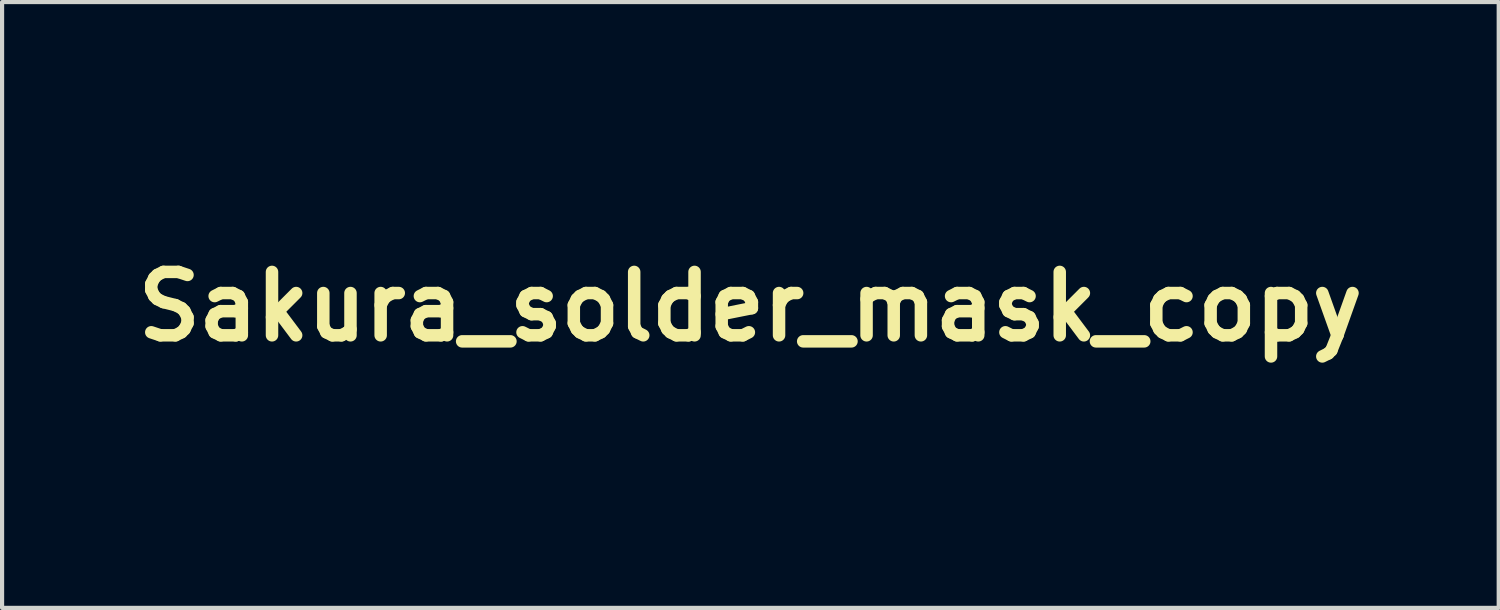
<source format=kicad_pcb>
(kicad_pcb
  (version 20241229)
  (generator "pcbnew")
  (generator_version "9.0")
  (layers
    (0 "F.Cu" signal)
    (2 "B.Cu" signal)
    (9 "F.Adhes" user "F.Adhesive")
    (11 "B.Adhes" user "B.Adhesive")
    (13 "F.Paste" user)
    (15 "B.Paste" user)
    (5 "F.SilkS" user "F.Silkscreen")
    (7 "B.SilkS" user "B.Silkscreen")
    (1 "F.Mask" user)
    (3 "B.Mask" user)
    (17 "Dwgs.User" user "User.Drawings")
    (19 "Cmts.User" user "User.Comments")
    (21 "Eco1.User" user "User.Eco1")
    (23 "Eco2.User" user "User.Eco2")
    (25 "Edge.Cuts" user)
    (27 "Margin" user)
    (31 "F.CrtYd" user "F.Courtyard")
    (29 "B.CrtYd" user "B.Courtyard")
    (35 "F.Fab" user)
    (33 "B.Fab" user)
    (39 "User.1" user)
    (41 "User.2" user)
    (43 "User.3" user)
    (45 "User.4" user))
  (footprint "Sakura_solder_mask_copy"
    (layer "F.Cu")
    (at 14.993 4.323)
    (property "Reference" "Sakura_solder_mask_copy" (at 0 0 0) (layer "F.SilkS") (effects (font (size 1.524 1.524) (thickness 0.3))))
    (attr through_hole)
    (fp_poly (pts (xy 2.236 0.692) (xy 2.259 0.7) (xy 2.267 0.712) (xy 2.266 0.724) (xy 2.253 0.729) (xy 2.23 0.73) (xy 2.204 0.728) (xy 2.187 0.723) (xy 2.185 0.721) (xy 2.186 0.708) (xy 2.201 0.697) (xy 2.224 0.691) (xy 2.236 0.692)) (stroke (width 0.01) (type solid)) (fill yes) (layer "F.Mask"))
    (fp_poly (pts (xy 3.886 -2.307) (xy 3.933 -2.284) (xy 3.981 -2.257) (xy 4.025 -2.227) (xy 4.063 -2.197) (xy 4.091 -2.17) (xy 4.107 -2.148) (xy 4.108 -2.141) (xy 4.1 -2.131) (xy 4.079 -2.13) (xy 4.05 -2.138) (xy 4.03 -2.146) (xy 4.008 -2.161) (xy 3.98 -2.184) (xy 3.949 -2.212) (xy 3.92 -2.242) (xy 3.896 -2.269) (xy 3.881 -2.29) (xy 3.878 -2.297) (xy 3.883 -2.308) (xy 3.886 -2.307)) (stroke (width 0.01) (type solid)) (fill yes) (layer "F.Mask"))
    (fp_poly (pts (xy 2.417 -3.402) (xy 2.422 -3.396) (xy 2.421 -3.371) (xy 2.401 -3.339) (xy 2.362 -3.301) (xy 2.351 -3.292) (xy 2.315 -3.265) (xy 2.288 -3.252) (xy 2.266 -3.252) (xy 2.242 -3.264) (xy 2.235 -3.269) (xy 2.214 -3.295) (xy 2.209 -3.323) (xy 2.21 -3.341) (xy 2.216 -3.353) (xy 2.23 -3.362) (xy 2.258 -3.371) (xy 2.277 -3.377) (xy 2.334 -3.393) (xy 2.374 -3.403) (xy 2.401 -3.406) (xy 2.417 -3.402)) (stroke (width 0.01) (type solid)) (fill yes) (layer "F.Mask"))
    (fp_poly (pts (xy 2.807 0.405) (xy 2.841 0.415) (xy 2.883 0.423) (xy 2.927 0.428) (xy 2.966 0.43) (xy 2.995 0.428) (xy 3 0.426) (xy 3.026 0.422) (xy 3.043 0.428) (xy 3.046 0.442) (xy 3.039 0.454) (xy 3.018 0.465) (xy 2.98 0.469) (xy 2.925 0.464) (xy 2.865 0.454) (xy 2.829 0.446) (xy 2.801 0.438) (xy 2.786 0.431) (xy 2.786 0.431) (xy 2.781 0.417) (xy 2.79 0.405) (xy 2.807 0.405) (xy 2.807 0.405)) (stroke (width 0.01) (type solid)) (fill yes) (layer "F.Mask"))
    (fp_poly (pts (xy 1.504 2.114) (xy 1.526 2.127) (xy 1.546 2.139) (xy 1.59 2.163) (xy 1.637 2.181) (xy 1.684 2.194) (xy 1.724 2.198) (xy 1.754 2.195) (xy 1.766 2.188) (xy 1.778 2.181) (xy 1.783 2.187) (xy 1.78 2.201) (xy 1.77 2.219) (xy 1.767 2.223) (xy 1.736 2.243) (xy 1.695 2.254) (xy 1.649 2.253) (xy 1.634 2.25) (xy 1.58 2.23) (xy 1.536 2.2) (xy 1.505 2.164) (xy 1.494 2.137) (xy 1.491 2.117) (xy 1.493 2.109) (xy 1.504 2.114)) (stroke (width 0.01) (type solid)) (fill yes) (layer "F.Mask"))
    (fp_poly (pts (xy 3.079 -3.222) (xy 3.085 -3.214) (xy 3.092 -3.2) (xy 3.089 -3.187) (xy 3.074 -3.169) (xy 3.066 -3.161) (xy 3.034 -3.129) (xy 2.997 -3.097) (xy 2.959 -3.067) (xy 2.925 -3.042) (xy 2.898 -3.025) (xy 2.882 -3.019) (xy 2.862 -3.026) (xy 2.84 -3.043) (xy 2.839 -3.044) (xy 2.815 -3.069) (xy 2.84 -3.095) (xy 2.869 -3.122) (xy 2.911 -3.152) (xy 2.957 -3.181) (xy 3.002 -3.205) (xy 3.026 -3.215) (xy 3.053 -3.225) (xy 3.069 -3.227) (xy 3.079 -3.222)) (stroke (width 0.01) (type solid)) (fill yes) (layer "F.Mask"))
    (fp_poly (pts (xy 4.177 -2.005) (xy 4.206 -1.996) (xy 4.242 -1.982) (xy 4.279 -1.967) (xy 4.313 -1.952) (xy 4.331 -1.943) (xy 4.367 -1.922) (xy 4.406 -1.897) (xy 4.444 -1.87) (xy 4.478 -1.844) (xy 4.503 -1.822) (xy 4.517 -1.806) (xy 4.518 -1.802) (xy 4.513 -1.796) (xy 4.496 -1.792) (xy 4.464 -1.79) (xy 4.415 -1.789) (xy 4.31 -1.789) (xy 4.271 -1.837) (xy 4.229 -1.89) (xy 4.196 -1.935) (xy 4.172 -1.971) (xy 4.16 -1.996) (xy 4.159 -2.008) (xy 4.162 -2.009) (xy 4.177 -2.005)) (stroke (width 0.01) (type solid)) (fill yes) (layer "F.Mask"))
    (fp_poly (pts (xy 1.09 -0.091) (xy 1.1 -0.075) (xy 1.106 -0.062) (xy 1.127 -0.033) (xy 1.155 -0.006) (xy 1.164 0.001) (xy 1.209 0.025) (xy 1.268 0.049) (xy 1.337 0.071) (xy 1.412 0.089) (xy 1.487 0.103) (xy 1.501 0.105) (xy 1.539 0.113) (xy 1.565 0.125) (xy 1.577 0.139) (xy 1.575 0.148) (xy 1.56 0.156) (xy 1.53 0.158) (xy 1.486 0.157) (xy 1.435 0.151) (xy 1.394 0.144) (xy 1.342 0.134) (xy 1.303 0.125) (xy 1.272 0.116) (xy 1.244 0.105) (xy 1.212 0.09) (xy 1.197 0.082) (xy 1.164 0.063) (xy 1.129 0.036) (xy 1.095 0.008) (xy 1.066 -0.021) (xy 1.046 -0.045) (xy 1.04 -0.06) (xy 1.047 -0.07) (xy 1.064 -0.084) (xy 1.08 -0.093) (xy 1.09 -0.091)) (stroke (width 0.01) (type solid)) (fill yes) (layer "F.Mask"))
    (fp_poly (pts (xy 3.002 -3.421) (xy 3.034 -3.417) (xy 3.051 -3.41) (xy 3.052 -3.403) (xy 3.045 -3.39) (xy 3.029 -3.37) (xy 3.003 -3.34) (xy 2.964 -3.3) (xy 2.913 -3.248) (xy 2.904 -3.239) (xy 2.857 -3.193) (xy 2.814 -3.152) (xy 2.778 -3.118) (xy 2.75 -3.094) (xy 2.733 -3.081) (xy 2.729 -3.08) (xy 2.712 -3.082) (xy 2.682 -3.089) (xy 2.646 -3.098) (xy 2.644 -3.098) (xy 2.559 -3.123) (xy 2.492 -3.148) (xy 2.446 -3.174) (xy 2.427 -3.19) (xy 2.406 -3.216) (xy 2.401 -3.237) (xy 2.412 -3.256) (xy 2.422 -3.266) (xy 2.46 -3.295) (xy 2.511 -3.322) (xy 2.576 -3.347) (xy 2.656 -3.371) (xy 2.754 -3.395) (xy 2.804 -3.405) (xy 2.855 -3.413) (xy 2.907 -3.419) (xy 2.958 -3.422) (xy 3.002 -3.421)) (stroke (width 0.01) (type solid)) (fill yes) (layer "F.Mask"))
    (fp_poly (pts (xy 3.472 -2.971) (xy 3.54 -2.957) (xy 3.583 -2.941) (xy 3.613 -2.926) (xy 3.589 -2.91) (xy 3.562 -2.889) (xy 3.533 -2.864) (xy 3.508 -2.838) (xy 3.49 -2.816) (xy 3.483 -2.802) (xy 3.483 -2.799) (xy 3.497 -2.792) (xy 3.519 -2.789) (xy 3.554 -2.784) (xy 3.582 -2.772) (xy 3.6 -2.756) (xy 3.603 -2.737) (xy 3.6 -2.732) (xy 3.587 -2.722) (xy 3.56 -2.706) (xy 3.523 -2.687) (xy 3.48 -2.666) (xy 3.435 -2.645) (xy 3.393 -2.627) (xy 3.357 -2.613) (xy 3.333 -2.605) (xy 3.329 -2.604) (xy 3.311 -2.604) (xy 3.296 -2.608) (xy 3.279 -2.619) (xy 3.255 -2.64) (xy 3.224 -2.672) (xy 3.182 -2.712) (xy 3.134 -2.754) (xy 3.088 -2.791) (xy 3.076 -2.799) (xy 3.043 -2.824) (xy 3.017 -2.847) (xy 3.001 -2.864) (xy 2.999 -2.87) (xy 3.004 -2.888) (xy 3.021 -2.904) (xy 3.05 -2.919) (xy 3.094 -2.932) (xy 3.154 -2.945) (xy 3.23 -2.958) (xy 3.317 -2.97) (xy 3.396 -2.975) (xy 3.472 -2.971)) (stroke (width 0.01) (type solid)) (fill yes) (layer "F.Mask"))
    (fp_poly (pts (xy 2.597 -0.095) (xy 2.596 -0.077) (xy 2.59 -0.045) (xy 2.578 0.003) (xy 2.575 0.013) (xy 2.567 0.056) (xy 2.561 0.111) (xy 2.559 0.162) (xy 2.561 0.219) (xy 2.569 0.266) (xy 2.585 0.306) (xy 2.611 0.346) (xy 2.65 0.39) (xy 2.682 0.422) (xy 2.761 0.498) (xy 2.754 0.542) (xy 2.737 0.604) (xy 2.705 0.674) (xy 2.66 0.748) (xy 2.604 0.821) (xy 2.551 0.882) (xy 2.514 0.914) (xy 2.485 0.928) (xy 2.46 0.925) (xy 2.451 0.918) (xy 2.442 0.905) (xy 2.442 0.89) (xy 2.451 0.871) (xy 2.472 0.844) (xy 2.506 0.806) (xy 2.511 0.801) (xy 2.565 0.739) (xy 2.611 0.679) (xy 2.646 0.625) (xy 2.668 0.579) (xy 2.675 0.554) (xy 2.677 0.532) (xy 2.674 0.514) (xy 2.664 0.495) (xy 2.643 0.47) (xy 2.632 0.457) (xy 2.577 0.384) (xy 2.541 0.311) (xy 2.53 0.275) (xy 2.523 0.232) (xy 2.52 0.178) (xy 2.521 0.119) (xy 2.525 0.064) (xy 2.533 0.025) (xy 2.546 -0.018) (xy 2.561 -0.056) (xy 2.576 -0.084) (xy 2.588 -0.099) (xy 2.591 -0.1) (xy 2.597 -0.095)) (stroke (width 0.01) (type solid)) (fill yes) (layer "F.Mask"))
    (fp_poly (pts (xy 1.468 -0.767) (xy 1.528 -0.759) (xy 1.545 -0.755) (xy 1.629 -0.726) (xy 1.708 -0.687) (xy 1.747 -0.661) (xy 1.789 -0.623) (xy 1.831 -0.572) (xy 1.868 -0.516) (xy 1.896 -0.461) (xy 1.899 -0.453) (xy 1.91 -0.422) (xy 1.914 -0.404) (xy 1.911 -0.393) (xy 1.903 -0.385) (xy 1.896 -0.378) (xy 1.891 -0.368) (xy 1.89 -0.35) (xy 1.891 -0.321) (xy 1.895 -0.277) (xy 1.897 -0.254) (xy 1.901 -0.204) (xy 1.903 -0.163) (xy 1.902 -0.136) (xy 1.9 -0.127) (xy 1.889 -0.127) (xy 1.874 -0.144) (xy 1.858 -0.179) (xy 1.84 -0.228) (xy 1.822 -0.29) (xy 1.809 -0.34) (xy 1.798 -0.38) (xy 1.786 -0.408) (xy 1.77 -0.431) (xy 1.745 -0.455) (xy 1.742 -0.458) (xy 1.701 -0.492) (xy 1.659 -0.52) (xy 1.62 -0.541) (xy 1.587 -0.553) (xy 1.563 -0.555) (xy 1.554 -0.55) (xy 1.556 -0.537) (xy 1.569 -0.515) (xy 1.579 -0.501) (xy 1.605 -0.463) (xy 1.627 -0.422) (xy 1.643 -0.384) (xy 1.649 -0.355) (xy 1.649 -0.354) (xy 1.644 -0.337) (xy 1.626 -0.322) (xy 1.592 -0.306) (xy 1.577 -0.3) (xy 1.556 -0.289) (xy 1.551 -0.273) (xy 1.561 -0.249) (xy 1.569 -0.235) (xy 1.583 -0.211) (xy 1.589 -0.191) (xy 1.589 -0.19) (xy 1.581 -0.167) (xy 1.56 -0.14) (xy 1.53 -0.111) (xy 1.495 -0.086) (xy 1.477 -0.076) (xy 1.448 -0.063) (xy 1.421 -0.055) (xy 1.388 -0.051) (xy 1.343 -0.05) (xy 1.334 -0.05) (xy 1.287 -0.051) (xy 1.252 -0.054) (xy 1.224 -0.062) (xy 1.196 -0.074) (xy 1.193 -0.075) (xy 1.155 -0.097) (xy 1.117 -0.124) (xy 1.102 -0.135) (xy 1.078 -0.154) (xy 1.063 -0.161) (xy 1.056 -0.156) (xy 1.056 -0.155) (xy 1.043 -0.142) (xy 1.035 -0.14) (xy 1.023 -0.148) (xy 1.02 -0.165) (xy 1.024 -0.185) (xy 1.035 -0.198) (xy 1.043 -0.204) (xy 1.046 -0.216) (xy 1.046 -0.238) (xy 1.043 -0.273) (xy 1.04 -0.296) (xy 1.036 -0.328) (xy 1.162 -0.328) (xy 1.165 -0.309) (xy 1.185 -0.251) (xy 1.218 -0.2) (xy 1.258 -0.162) (xy 1.265 -0.158) (xy 1.287 -0.145) (xy 1.303 -0.141) (xy 1.32 -0.147) (xy 1.338 -0.156) (xy 1.364 -0.173) (xy 1.37 -0.191) (xy 1.356 -0.206) (xy 1.324 -0.219) (xy 1.319 -0.22) (xy 1.275 -0.236) (xy 1.246 -0.262) (xy 1.232 -0.299) (xy 1.23 -0.336) (xy 1.228 -0.366) (xy 1.224 -0.388) (xy 1.221 -0.394) (xy 1.21 -0.391) (xy 1.191 -0.376) (xy 1.185 -0.37) (xy 1.167 -0.348) (xy 1.162 -0.328) (xy 1.036 -0.328) (xy 1.034 -0.343) (xy 1.027 -0.39) (xy 1.02 -0.428) (xy 1.019 -0.435) (xy 1.013 -0.465) (xy 1.279 -0.465) (xy 1.283 -0.446) (xy 1.295 -0.441) (xy 1.302 -0.442) (xy 1.321 -0.452) (xy 1.324 -0.465) (xy 1.316 -0.483) (xy 1.302 -0.488) (xy 1.285 -0.487) (xy 1.28 -0.473) (xy 1.279 -0.465) (xy 1.013 -0.465) (xy 1.012 -0.47) (xy 1.005 -0.502) (xy 1.003 -0.512) (xy 1.003 -0.534) (xy 1.014 -0.557) (xy 1.029 -0.576) (xy 1.054 -0.609) (xy 1.076 -0.647) (xy 1.08 -0.656) (xy 1.095 -0.684) (xy 1.11 -0.698) (xy 1.115 -0.7) (xy 1.126 -0.694) (xy 1.125 -0.68) (xy 1.123 -0.667) (xy 1.132 -0.661) (xy 1.155 -0.66) (xy 1.179 -0.662) (xy 1.188 -0.669) (xy 1.188 -0.677) (xy 1.176 -0.692) (xy 1.162 -0.698) (xy 1.143 -0.705) (xy 1.143 -0.706) (xy 1.396 -0.706) (xy 1.406 -0.702) (xy 1.414 -0.7) (xy 1.442 -0.697) (xy 1.462 -0.699) (xy 1.469 -0.706) (xy 1.461 -0.708) (xy 1.438 -0.709) (xy 1.427 -0.709) (xy 1.402 -0.708) (xy 1.396 -0.706) (xy 1.143 -0.706) (xy 1.143 -0.717) (xy 1.16 -0.73) (xy 1.204 -0.747) (xy 1.262 -0.759) (xy 1.329 -0.767) (xy 1.4 -0.77) (xy 1.468 -0.767)) (stroke (width 0.01) (type solid)) (fill yes) (layer "F.Mask"))
    (fp_poly (pts (xy 1.503 0.82) (xy 1.508 0.834) (xy 1.501 0.862) (xy 1.5 0.864) (xy 1.495 0.894) (xy 1.508 0.913) (xy 1.536 0.92) (xy 1.538 0.92) (xy 1.56 0.922) (xy 1.595 0.926) (xy 1.637 0.933) (xy 1.649 0.935) (xy 1.713 0.946) (xy 1.779 0.958) (xy 1.844 0.97) (xy 1.904 0.981) (xy 1.953 0.991) (xy 1.988 0.998) (xy 1.994 0.999) (xy 2.167 1.037) (xy 2.179 1.039) (xy 2.219 1.048) (xy 2.258 1.056) (xy 2.274 1.06) (xy 2.304 1.066) (xy 2.345 1.075) (xy 2.388 1.085) (xy 2.389 1.085) (xy 2.428 1.094) (xy 2.46 1.101) (xy 2.48 1.106) (xy 2.482 1.106) (xy 2.497 1.117) (xy 2.496 1.136) (xy 2.478 1.161) (xy 2.452 1.185) (xy 2.381 1.249) (xy 2.307 1.329) (xy 2.234 1.419) (xy 2.164 1.518) (xy 2.1 1.62) (xy 2.061 1.689) (xy 2.004 1.793) (xy 1.951 1.878) (xy 1.901 1.944) (xy 1.854 1.992) (xy 1.842 2.002) (xy 1.797 2.024) (xy 1.745 2.03) (xy 1.69 2.021) (xy 1.649 2.004) (xy 1.59 1.96) (xy 1.535 1.898) (xy 1.487 1.818) (xy 1.444 1.719) (xy 1.406 1.601) (xy 1.373 1.464) (xy 1.364 1.418) (xy 1.356 1.362) (xy 1.349 1.306) (xy 1.41 1.306) (xy 1.412 1.337) (xy 1.419 1.368) (xy 1.426 1.399) (xy 1.435 1.438) (xy 1.44 1.464) (xy 1.467 1.581) (xy 1.499 1.684) (xy 1.535 1.774) (xy 1.575 1.848) (xy 1.617 1.906) (xy 1.661 1.946) (xy 1.705 1.967) (xy 1.74 1.975) (xy 1.766 1.977) (xy 1.79 1.971) (xy 1.815 1.96) (xy 1.861 1.929) (xy 1.901 1.879) (xy 1.922 1.839) (xy 1.943 1.791) (xy 1.956 1.758) (xy 1.962 1.736) (xy 1.963 1.723) (xy 1.959 1.714) (xy 1.955 1.699) (xy 1.956 1.669) (xy 1.964 1.622) (xy 1.966 1.615) (xy 1.974 1.568) (xy 1.976 1.537) (xy 1.97 1.518) (xy 1.955 1.509) (xy 1.929 1.506) (xy 1.917 1.505) (xy 1.874 1.504) (xy 1.869 1.634) (xy 1.867 1.689) (xy 1.864 1.726) (xy 1.86 1.749) (xy 1.856 1.761) (xy 1.849 1.764) (xy 1.842 1.76) (xy 1.836 1.746) (xy 1.832 1.719) (xy 1.828 1.675) (xy 1.828 1.663) (xy 1.815 1.573) (xy 1.791 1.496) (xy 1.756 1.434) (xy 1.71 1.388) (xy 1.654 1.357) (xy 1.627 1.35) (xy 1.588 1.344) (xy 1.567 1.349) (xy 1.563 1.363) (xy 1.568 1.378) (xy 1.579 1.401) (xy 1.577 1.41) (xy 1.563 1.404) (xy 1.536 1.382) (xy 1.502 1.349) (xy 1.463 1.314) (xy 1.434 1.295) (xy 1.417 1.292) (xy 1.41 1.306) (xy 1.349 1.306) (xy 1.349 1.302) (xy 1.342 1.241) (xy 1.337 1.182) (xy 1.334 1.131) (xy 1.333 1.089) (xy 1.334 1.062) (xy 1.335 1.056) (xy 1.335 1.04) (xy 1.331 1.036) (xy 1.322 1.039) (xy 1.316 1.051) (xy 1.305 1.067) (xy 1.293 1.068) (xy 1.282 1.062) (xy 1.277 1.049) (xy 1.277 1.023) (xy 1.278 1.01) (xy 1.28 1.001) (xy 1.391 1.001) (xy 1.395 1.025) (xy 1.418 1.049) (xy 1.423 1.053) (xy 1.48 1.089) (xy 1.555 1.124) (xy 1.648 1.158) (xy 1.756 1.191) (xy 1.878 1.222) (xy 2.013 1.25) (xy 2.119 1.269) (xy 2.163 1.276) (xy 2.193 1.278) (xy 2.216 1.275) (xy 2.234 1.27) (xy 2.257 1.256) (xy 2.284 1.234) (xy 2.312 1.208) (xy 2.336 1.18) (xy 2.352 1.157) (xy 2.357 1.142) (xy 2.345 1.127) (xy 2.319 1.118) (xy 2.296 1.114) (xy 2.258 1.106) (xy 2.211 1.096) (xy 2.164 1.085) (xy 2.049 1.061) (xy 1.931 1.037) (xy 1.814 1.014) (xy 1.702 0.994) (xy 1.6 0.978) (xy 1.512 0.965) (xy 1.486 0.961) (xy 1.45 0.957) (xy 1.428 0.957) (xy 1.414 0.962) (xy 1.405 0.972) (xy 1.404 0.973) (xy 1.391 1.001) (xy 1.28 1.001) (xy 1.291 0.95) (xy 1.321 0.901) (xy 1.368 0.861) (xy 1.433 0.831) (xy 1.448 0.826) (xy 1.483 0.818) (xy 1.503 0.82)) (stroke (width 0.01) (type solid)) (fill yes) (layer "F.Mask"))
    (fp_poly (pts (xy 1.565 -4.316) (xy 1.568 -4.303) (xy 1.566 -4.286) (xy 1.564 -4.268) (xy 1.562 -4.232) (xy 1.56 -4.183) (xy 1.558 -4.122) (xy 1.556 -4.052) (xy 1.554 -3.976) (xy 1.553 -3.957) (xy 1.546 -3.66) (xy 1.573 -3.636) (xy 1.596 -3.621) (xy 1.63 -3.604) (xy 1.67 -3.589) (xy 1.671 -3.589) (xy 1.742 -3.566) (xy 1.813 -3.589) (xy 1.852 -3.601) (xy 1.886 -3.612) (xy 1.909 -3.619) (xy 1.909 -3.619) (xy 1.929 -3.625) (xy 1.963 -3.634) (xy 2.006 -3.645) (xy 2.039 -3.653) (xy 2.086 -3.665) (xy 2.13 -3.676) (xy 2.164 -3.685) (xy 2.179 -3.688) (xy 2.211 -3.696) (xy 2.249 -3.705) (xy 2.264 -3.709) (xy 2.302 -3.717) (xy 2.338 -3.726) (xy 2.349 -3.729) (xy 2.376 -3.735) (xy 2.415 -3.744) (xy 2.457 -3.753) (xy 2.459 -3.754) (xy 2.505 -3.767) (xy 2.562 -3.789) (xy 2.628 -3.818) (xy 2.699 -3.853) (xy 2.773 -3.891) (xy 2.846 -3.932) (xy 2.914 -3.972) (xy 2.975 -4.011) (xy 3.026 -4.047) (xy 3.064 -4.077) (xy 3.078 -4.092) (xy 3.094 -4.105) (xy 3.11 -4.108) (xy 3.119 -4.099) (xy 3.119 -4.097) (xy 3.113 -4.085) (xy 3.097 -4.06) (xy 3.073 -4.024) (xy 3.042 -3.981) (xy 3.008 -3.934) (xy 2.971 -3.886) (xy 2.934 -3.838) (xy 2.915 -3.813) (xy 2.89 -3.781) (xy 2.871 -3.755) (xy 2.86 -3.738) (xy 2.859 -3.735) (xy 2.868 -3.731) (xy 2.893 -3.73) (xy 2.929 -3.731) (xy 2.972 -3.733) (xy 3.018 -3.737) (xy 3.063 -3.742) (xy 3.102 -3.748) (xy 3.109 -3.749) (xy 3.151 -3.758) (xy 3.201 -3.769) (xy 3.254 -3.781) (xy 3.306 -3.792) (xy 3.352 -3.803) (xy 3.388 -3.812) (xy 3.409 -3.818) (xy 3.434 -3.826) (xy 3.467 -3.836) (xy 3.479 -3.839) (xy 3.523 -3.852) (xy 3.578 -3.87) (xy 3.64 -3.89) (xy 3.704 -3.911) (xy 3.765 -3.932) (xy 3.817 -3.951) (xy 3.856 -3.966) (xy 3.863 -3.969) (xy 3.936 -3.998) (xy 3.998 -4.021) (xy 4.05 -4.039) (xy 4.088 -4.05) (xy 4.111 -4.055) (xy 4.118 -4.052) (xy 4.112 -4.039) (xy 4.096 -4.014) (xy 4.072 -3.981) (xy 4.042 -3.941) (xy 4.034 -3.931) (xy 4.004 -3.892) (xy 3.979 -3.857) (xy 3.962 -3.832) (xy 3.955 -3.818) (xy 3.955 -3.816) (xy 3.965 -3.817) (xy 3.986 -3.827) (xy 4.002 -3.837) (xy 4.03 -3.856) (xy 4.07 -3.881) (xy 4.118 -3.911) (xy 4.168 -3.942) (xy 4.217 -3.971) (xy 4.258 -3.995) (xy 4.27 -4.002) (xy 4.3 -4.016) (xy 4.316 -4.016) (xy 4.317 -4.002) (xy 4.304 -3.976) (xy 4.281 -3.943) (xy 4.257 -3.911) (xy 4.228 -3.875) (xy 4.2 -3.84) (xy 4.175 -3.809) (xy 4.156 -3.787) (xy 4.149 -3.779) (xy 4.14 -3.769) (xy 4.122 -3.749) (xy 4.095 -3.719) (xy 4.064 -3.684) (xy 4.064 -3.684) (xy 4.023 -3.638) (xy 3.975 -3.586) (xy 3.926 -3.534) (xy 3.893 -3.499) (xy 3.83 -3.434) (xy 3.781 -3.382) (xy 3.743 -3.341) (xy 3.715 -3.31) (xy 3.696 -3.288) (xy 3.684 -3.273) (xy 3.679 -3.264) (xy 3.679 -3.261) (xy 3.68 -3.25) (xy 3.681 -3.249) (xy 3.692 -3.246) (xy 3.715 -3.238) (xy 3.743 -3.228) (xy 3.795 -3.213) (xy 3.863 -3.196) (xy 3.943 -3.18) (xy 4.031 -3.165) (xy 4.123 -3.151) (xy 4.215 -3.138) (xy 4.302 -3.129) (xy 4.382 -3.122) (xy 4.449 -3.119) (xy 4.461 -3.119) (xy 4.503 -3.118) (xy 4.528 -3.114) (xy 4.538 -3.108) (xy 4.538 -3.106) (xy 4.53 -3.095) (xy 4.509 -3.077) (xy 4.48 -3.055) (xy 4.471 -3.049) (xy 4.401 -3.001) (xy 4.329 -2.951) (xy 4.256 -2.898) (xy 4.186 -2.847) (xy 4.12 -2.797) (xy 4.061 -2.751) (xy 4.012 -2.712) (xy 3.974 -2.679) (xy 3.951 -2.658) (xy 3.938 -2.638) (xy 3.936 -2.624) (xy 3.936 -2.623) (xy 3.951 -2.616) (xy 3.983 -2.608) (xy 4.028 -2.602) (xy 4.085 -2.597) (xy 4.15 -2.592) (xy 4.22 -2.59) (xy 4.282 -2.589) (xy 4.343 -2.589) (xy 4.386 -2.588) (xy 4.415 -2.586) (xy 4.431 -2.582) (xy 4.438 -2.577) (xy 4.438 -2.575) (xy 4.429 -2.564) (xy 4.406 -2.552) (xy 4.386 -2.545) (xy 4.348 -2.533) (xy 4.31 -2.522) (xy 4.296 -2.517) (xy 4.272 -2.507) (xy 4.259 -2.497) (xy 4.259 -2.495) (xy 4.268 -2.48) (xy 4.293 -2.459) (xy 4.334 -2.431) (xy 4.387 -2.4) (xy 4.451 -2.364) (xy 4.453 -2.363) (xy 4.54 -2.316) (xy 4.615 -2.272) (xy 4.682 -2.227) (xy 4.748 -2.178) (xy 4.803 -2.134) (xy 4.843 -2.1) (xy 4.886 -2.061) (xy 4.929 -2.021) (xy 4.97 -1.981) (xy 5.007 -1.945) (xy 5.037 -1.913) (xy 5.057 -1.889) (xy 5.066 -1.876) (xy 5.066 -1.873) (xy 5.055 -1.875) (xy 5.03 -1.883) (xy 4.997 -1.897) (xy 4.987 -1.902) (xy 4.934 -1.926) (xy 4.896 -1.943) (xy 4.872 -1.953) (xy 4.857 -1.956) (xy 4.851 -1.955) (xy 4.851 -1.955) (xy 4.853 -1.945) (xy 4.863 -1.92) (xy 4.879 -1.885) (xy 4.899 -1.841) (xy 4.906 -1.827) (xy 4.944 -1.748) (xy 4.978 -1.673) (xy 5.006 -1.606) (xy 5.029 -1.547) (xy 5.046 -1.5) (xy 5.055 -1.465) (xy 5.057 -1.444) (xy 5.053 -1.439) (xy 5.042 -1.445) (xy 5.02 -1.458) (xy 4.991 -1.477) (xy 4.99 -1.478) (xy 4.89 -1.539) (xy 4.795 -1.583) (xy 4.709 -1.61) (xy 4.629 -1.619) (xy 4.629 -1.619) (xy 4.597 -1.618) (xy 4.575 -1.614) (xy 4.568 -1.61) (xy 4.576 -1.601) (xy 4.597 -1.583) (xy 4.627 -1.559) (xy 4.656 -1.538) (xy 4.713 -1.494) (xy 4.77 -1.445) (xy 4.822 -1.395) (xy 4.866 -1.347) (xy 4.9 -1.304) (xy 4.916 -1.276) (xy 4.931 -1.241) (xy 4.938 -1.214) (xy 4.936 -1.201) (xy 4.933 -1.2) (xy 4.923 -1.205) (xy 4.9 -1.218) (xy 4.869 -1.237) (xy 4.856 -1.246) (xy 4.819 -1.268) (xy 4.776 -1.293) (xy 4.731 -1.318) (xy 4.686 -1.341) (xy 4.647 -1.36) (xy 4.617 -1.374) (xy 4.599 -1.379) (xy 4.599 -1.379) (xy 4.591 -1.377) (xy 4.59 -1.368) (xy 4.596 -1.35) (xy 4.609 -1.321) (xy 4.631 -1.278) (xy 4.653 -1.233) (xy 4.679 -1.178) (xy 4.705 -1.12) (xy 4.723 -1.08) (xy 4.742 -1.034) (xy 4.759 -0.993) (xy 4.772 -0.962) (xy 4.779 -0.945) (xy 4.779 -0.945) (xy 4.79 -0.916) (xy 4.805 -0.874) (xy 4.822 -0.821) (xy 4.84 -0.764) (xy 4.857 -0.707) (xy 4.873 -0.655) (xy 4.883 -0.618) (xy 4.894 -0.575) (xy 4.904 -0.538) (xy 4.911 -0.511) (xy 4.913 -0.503) (xy 4.913 -0.484) (xy 4.904 -0.472) (xy 4.889 -0.475) (xy 4.887 -0.477) (xy 4.88 -0.49) (xy 4.868 -0.518) (xy 4.854 -0.556) (xy 4.842 -0.591) (xy 4.827 -0.636) (xy 4.813 -0.675) (xy 4.803 -0.705) (xy 4.798 -0.717) (xy 4.786 -0.746) (xy 4.779 -0.762) (xy 4.747 -0.838) (xy 4.708 -0.921) (xy 4.666 -1.005) (xy 4.624 -1.081) (xy 4.6 -1.123) (xy 4.57 -1.17) (xy 4.533 -1.223) (xy 4.493 -1.277) (xy 4.454 -1.328) (xy 4.418 -1.372) (xy 4.389 -1.404) (xy 4.383 -1.409) (xy 4.362 -1.429) (xy 4.352 -1.436) (xy 4.351 -1.43) (xy 4.353 -1.419) (xy 4.365 -1.392) (xy 4.378 -1.369) (xy 4.391 -1.348) (xy 4.409 -1.314) (xy 4.432 -1.27) (xy 4.455 -1.222) (xy 4.478 -1.174) (xy 4.498 -1.131) (xy 4.512 -1.1) (xy 4.524 -1.068) (xy 4.536 -1.042) (xy 4.539 -1.035) (xy 4.557 -0.99) (xy 4.577 -0.93) (xy 4.598 -0.858) (xy 4.619 -0.781) (xy 4.638 -0.701) (xy 4.655 -0.623) (xy 4.66 -0.595) (xy 4.666 -0.554) (xy 4.67 -0.498) (xy 4.673 -0.433) (xy 4.675 -0.363) (xy 4.676 -0.292) (xy 4.675 -0.227) (xy 4.673 -0.172) (xy 4.669 -0.131) (xy 4.669 -0.13) (xy 4.656 -0.048) (xy 4.646 0.017) (xy 4.638 0.066) (xy 4.631 0.102) (xy 4.626 0.127) (xy 4.622 0.142) (xy 4.617 0.151) (xy 4.613 0.154) (xy 4.607 0.155) (xy 4.603 0.155) (xy 4.593 0.153) (xy 4.586 0.143) (xy 4.581 0.122) (xy 4.577 0.086) (xy 4.576 0.078) (xy 4.569 0.024) (xy 4.556 -0.037) (xy 4.541 -0.098) (xy 4.525 -0.15) (xy 4.519 -0.165) (xy 4.51 -0.186) (xy 4.497 -0.216) (xy 4.492 -0.229) (xy 4.475 -0.265) (xy 4.455 -0.301) (xy 4.436 -0.332) (xy 4.419 -0.353) (xy 4.408 -0.36) (xy 4.404 -0.35) (xy 4.4 -0.322) (xy 4.398 -0.278) (xy 4.398 -0.232) (xy 4.396 -0.158) (xy 4.394 -0.102) (xy 4.39 -0.061) (xy 4.384 -0.034) (xy 4.375 -0.019) (xy 4.364 -0.012) (xy 4.363 -0.012) (xy 4.352 -0.013) (xy 4.343 -0.023) (xy 4.337 -0.046) (xy 4.331 -0.072) (xy 4.312 -0.139) (xy 4.279 -0.213) (xy 4.236 -0.29) (xy 4.193 -0.352) (xy 4.16 -0.395) (xy 4.137 -0.422) (xy 4.122 -0.433) (xy 4.114 -0.429) (xy 4.111 -0.409) (xy 4.113 -0.375) (xy 4.113 -0.373) (xy 4.118 -0.326) (xy 4.124 -0.272) (xy 4.129 -0.23) (xy 4.134 -0.174) (xy 4.138 -0.111) (xy 4.139 -0.047) (xy 4.138 0.017) (xy 4.136 0.078) (xy 4.132 0.13) (xy 4.127 0.173) (xy 4.12 0.202) (xy 4.112 0.214) (xy 4.104 0.216) (xy 4.098 0.213) (xy 4.094 0.203) (xy 4.09 0.181) (xy 4.086 0.147) (xy 4.081 0.096) (xy 4.08 0.077) (xy 4.073 0.022) (xy 4.065 -0.035) (xy 4.055 -0.085) (xy 4.048 -0.113) (xy 4.032 -0.159) (xy 4.012 -0.208) (xy 3.989 -0.257) (xy 3.965 -0.302) (xy 3.941 -0.34) (xy 3.92 -0.37) (xy 3.903 -0.386) (xy 3.892 -0.387) (xy 3.889 -0.374) (xy 3.884 -0.346) (xy 3.88 -0.308) (xy 3.878 -0.277) (xy 3.869 -0.178) (xy 3.86 -0.097) (xy 3.849 -0.034) (xy 3.836 0.011) (xy 3.823 0.038) (xy 3.808 0.045) (xy 3.793 0.034) (xy 3.784 0.018) (xy 3.768 -0.011) (xy 3.747 -0.051) (xy 3.724 -0.096) (xy 3.701 -0.144) (xy 3.679 -0.189) (xy 3.66 -0.228) (xy 3.647 -0.257) (xy 3.647 -0.257) (xy 3.636 -0.279) (xy 3.627 -0.29) (xy 3.626 -0.29) (xy 3.62 -0.281) (xy 3.619 -0.258) (xy 3.623 -0.227) (xy 3.628 -0.201) (xy 3.634 -0.177) (xy 3.644 -0.14) (xy 3.656 -0.093) (xy 3.669 -0.042) (xy 3.669 -0.04) (xy 3.69 0.038) (xy 3.714 0.115) (xy 3.738 0.185) (xy 3.762 0.247) (xy 3.785 0.294) (xy 3.795 0.312) (xy 3.813 0.347) (xy 3.817 0.368) (xy 3.807 0.375) (xy 3.785 0.368) (xy 3.756 0.347) (xy 3.722 0.321) (xy 3.681 0.291) (xy 3.636 0.26) (xy 3.591 0.229) (xy 3.547 0.201) (xy 3.509 0.177) (xy 3.479 0.159) (xy 3.459 0.149) (xy 3.454 0.149) (xy 3.45 0.161) (xy 3.442 0.19) (xy 3.432 0.23) (xy 3.421 0.278) (xy 3.418 0.291) (xy 3.403 0.354) (xy 3.391 0.402) (xy 3.382 0.44) (xy 3.373 0.473) (xy 3.364 0.506) (xy 3.359 0.525) (xy 3.349 0.559) (xy 3.34 0.592) (xy 3.325 0.644) (xy 3.307 0.702) (xy 3.289 0.759) (xy 3.272 0.809) (xy 3.259 0.845) (xy 3.208 0.971) (xy 3.161 1.08) (xy 3.117 1.175) (xy 3.075 1.259) (xy 3.032 1.334) (xy 2.987 1.403) (xy 2.939 1.468) (xy 2.886 1.532) (xy 2.827 1.597) (xy 2.805 1.619) (xy 2.679 1.749) (xy 2.561 1.87) (xy 2.45 1.982) (xy 2.348 2.084) (xy 2.255 2.176) (xy 2.172 2.256) (xy 2.099 2.325) (xy 2.037 2.381) (xy 1.987 2.424) (xy 1.949 2.454) (xy 1.937 2.462) (xy 1.918 2.477) (xy 1.909 2.488) (xy 1.909 2.489) (xy 1.917 2.498) (xy 1.938 2.514) (xy 1.967 2.532) (xy 1.995 2.549) (xy 2.036 2.574) (xy 2.084 2.605) (xy 2.137 2.639) (xy 2.169 2.659) (xy 2.237 2.702) (xy 2.291 2.733) (xy 2.332 2.752) (xy 2.358 2.761) (xy 2.415 2.78) (xy 2.476 2.815) (xy 2.539 2.866) (xy 2.57 2.896) (xy 2.607 2.932) (xy 2.635 2.952) (xy 2.656 2.959) (xy 2.656 2.959) (xy 2.685 2.965) (xy 2.726 2.981) (xy 2.773 3.006) (xy 2.825 3.037) (xy 2.875 3.071) (xy 2.889 3.082) (xy 2.931 3.113) (xy 2.981 3.15) (xy 3.033 3.186) (xy 3.059 3.203) (xy 3.099 3.231) (xy 3.135 3.256) (xy 3.162 3.276) (xy 3.174 3.286) (xy 3.24 3.342) (xy 3.297 3.386) (xy 3.349 3.42) (xy 3.389 3.443) (xy 3.484 3.496) (xy 3.575 3.558) (xy 3.661 3.626) (xy 3.737 3.696) (xy 3.799 3.767) (xy 3.838 3.823) (xy 3.861 3.859) (xy 3.885 3.893) (xy 3.9 3.914) (xy 3.916 3.94) (xy 3.935 3.977) (xy 3.955 4.019) (xy 3.959 4.029) (xy 3.975 4.068) (xy 3.987 4.092) (xy 3.997 4.103) (xy 4.007 4.105) (xy 4.012 4.104) (xy 4.056 4.094) (xy 4.114 4.084) (xy 4.18 4.077) (xy 4.233 4.072) (xy 4.267 4.071) (xy 4.296 4.071) (xy 4.325 4.073) (xy 4.357 4.078) (xy 4.398 4.087) (xy 4.45 4.1) (xy 4.498 4.112) (xy 4.582 4.134) (xy 4.652 4.152) (xy 4.711 4.168) (xy 4.765 4.182) (xy 4.819 4.197) (xy 4.828 4.2) (xy 4.859 4.208) (xy 4.885 4.215) (xy 4.886 4.215) (xy 4.903 4.223) (xy 4.908 4.23) (xy 4.898 4.234) (xy 4.871 4.236) (xy 4.828 4.237) (xy 4.771 4.236) (xy 4.766 4.236) (xy 4.697 4.233) (xy 4.643 4.228) (xy 4.598 4.221) (xy 4.557 4.211) (xy 4.548 4.209) (xy 4.468 4.186) (xy 4.402 4.169) (xy 4.347 4.158) (xy 4.298 4.152) (xy 4.25 4.151) (xy 4.208 4.153) (xy 4.14 4.159) (xy 4.079 4.168) (xy 4.03 4.18) (xy 3.994 4.193) (xy 3.98 4.203) (xy 3.973 4.212) (xy 3.977 4.216) (xy 3.996 4.218) (xy 4.017 4.218) (xy 4.048 4.22) (xy 4.063 4.225) (xy 4.063 4.228) (xy 4.052 4.231) (xy 4.024 4.233) (xy 3.98 4.235) (xy 3.924 4.236) (xy 3.858 4.237) (xy 3.785 4.238) (xy 3.706 4.239) (xy 3.624 4.239) (xy 3.542 4.239) (xy 3.462 4.238) (xy 3.386 4.237) (xy 3.318 4.236) (xy 3.258 4.235) (xy 3.211 4.233) (xy 3.177 4.231) (xy 3.16 4.228) (xy 3.159 4.227) (xy 3.164 4.21) (xy 3.177 4.181) (xy 3.197 4.145) (xy 3.219 4.105) (xy 3.243 4.068) (xy 3.264 4.036) (xy 3.267 4.034) (xy 3.318 3.982) (xy 3.361 3.955) (xy 3.418 3.926) (xy 3.398 3.898) (xy 3.376 3.871) (xy 3.346 3.841) (xy 3.313 3.812) (xy 3.281 3.786) (xy 3.254 3.767) (xy 3.235 3.759) (xy 3.234 3.759) (xy 3.184 3.766) (xy 3.131 3.787) (xy 3.08 3.818) (xy 3.061 3.833) (xy 3.014 3.886) (xy 2.974 3.952) (xy 2.941 4.034) (xy 2.923 4.093) (xy 2.912 4.138) (xy 2.905 4.167) (xy 2.904 4.186) (xy 2.906 4.198) (xy 2.913 4.208) (xy 2.925 4.224) (xy 2.929 4.232) (xy 2.92 4.236) (xy 2.895 4.238) (xy 2.861 4.239) (xy 2.821 4.238) (xy 2.78 4.236) (xy 2.743 4.232) (xy 2.715 4.228) (xy 2.703 4.224) (xy 2.614 4.183) (xy 2.537 4.153) (xy 2.466 4.131) (xy 2.399 4.118) (xy 2.329 4.111) (xy 2.274 4.11) (xy 2.217 4.108) (xy 2.174 4.105) (xy 2.136 4.098) (xy 2.097 4.087) (xy 2.092 4.085) (xy 2.021 4.058) (xy 1.961 4.026) (xy 1.944 4.013) (xy 2.149 4.013) (xy 2.153 4.022) (xy 2.169 4.027) (xy 2.199 4.028) (xy 2.214 4.028) (xy 2.251 4.027) (xy 2.271 4.024) (xy 2.279 4.017) (xy 2.279 4.015) (xy 2.489 4.015) (xy 2.497 4.028) (xy 2.517 4.037) (xy 2.525 4.038) (xy 2.54 4.032) (xy 2.547 4.026) (xy 2.554 4.011) (xy 2.558 3.986) (xy 2.559 3.96) (xy 2.556 3.938) (xy 2.549 3.928) (xy 2.549 3.928) (xy 2.542 3.937) (xy 2.539 3.959) (xy 2.539 3.963) (xy 2.537 3.987) (xy 2.529 3.997) (xy 2.514 3.998) (xy 2.494 4.003) (xy 2.489 4.015) (xy 2.279 4.015) (xy 2.279 4.013) (xy 2.275 4.005) (xy 2.259 4) (xy 2.229 3.999) (xy 2.214 3.998) (xy 2.178 3.999) (xy 2.157 4.003) (xy 2.15 4.01) (xy 2.149 4.013) (xy 1.944 4.013) (xy 1.908 3.986) (xy 1.859 3.937) (xy 1.813 3.876) (xy 1.765 3.799) (xy 1.735 3.744) (xy 1.699 3.679) (xy 1.671 3.631) (xy 1.649 3.599) (xy 1.646 3.597) (xy 1.78 3.597) (xy 1.787 3.61) (xy 1.798 3.619) (xy 1.814 3.637) (xy 1.816 3.659) (xy 1.814 3.67) (xy 1.811 3.691) (xy 1.816 3.697) (xy 1.821 3.696) (xy 1.83 3.684) (xy 1.835 3.666) (xy 1.878 3.666) (xy 1.881 3.691) (xy 1.891 3.717) (xy 1.902 3.745) (xy 1.904 3.761) (xy 1.899 3.771) (xy 1.895 3.774) (xy 1.888 3.783) (xy 1.889 3.795) (xy 1.9 3.818) (xy 1.907 3.831) (xy 1.951 3.892) (xy 2.006 3.953) (xy 2.038 3.981) (xy 2.067 4.001) (xy 2.086 4.004) (xy 2.096 3.991) (xy 2.091 3.981) (xy 2.077 3.975) (xy 2.057 3.964) (xy 2.029 3.943) (xy 2.02 3.935) (xy 2.161 3.935) (xy 2.163 3.945) (xy 2.171 3.956) (xy 2.181 3.95) (xy 2.188 3.936) (xy 2.181 3.927) (xy 2.168 3.92) (xy 2.163 3.921) (xy 2.161 3.935) (xy 2.02 3.935) (xy 1.998 3.914) (xy 1.966 3.882) (xy 1.939 3.851) (xy 1.936 3.848) (xy 2.035 3.848) (xy 2.04 3.88) (xy 2.043 3.887) (xy 2.05 3.896) (xy 2.058 3.895) (xy 2.074 3.883) (xy 2.077 3.88) (xy 2.093 3.855) (xy 2.096 3.828) (xy 2.097 3.804) (xy 2.106 3.793) (xy 2.117 3.79) (xy 2.133 3.785) (xy 2.137 3.773) (xy 2.134 3.755) (xy 2.13 3.742) (xy 2.169 3.742) (xy 2.178 3.756) (xy 2.194 3.759) (xy 2.213 3.755) (xy 2.219 3.749) (xy 2.212 3.739) (xy 2.21 3.739) (xy 2.193 3.735) (xy 2.185 3.732) (xy 2.172 3.733) (xy 2.169 3.742) (xy 2.13 3.742) (xy 2.128 3.731) (xy 2.123 3.716) (xy 2.122 3.716) (xy 2.111 3.709) (xy 2.1 3.715) (xy 2.099 3.721) (xy 2.093 3.736) (xy 2.078 3.759) (xy 2.068 3.772) (xy 2.045 3.81) (xy 2.035 3.848) (xy 1.936 3.848) (xy 1.918 3.824) (xy 1.909 3.805) (xy 1.909 3.803) (xy 1.915 3.79) (xy 1.928 3.793) (xy 1.937 3.801) (xy 1.953 3.807) (xy 1.966 3.797) (xy 1.974 3.777) (xy 1.973 3.751) (xy 1.964 3.727) (xy 1.947 3.718) (xy 1.941 3.717) (xy 1.921 3.709) (xy 1.911 3.696) (xy 1.912 3.688) (xy 2.247 3.688) (xy 2.249 3.707) (xy 2.256 3.727) (xy 2.269 3.75) (xy 2.284 3.755) (xy 2.287 3.755) (xy 2.31 3.748) (xy 2.332 3.743) (xy 2.354 3.734) (xy 2.357 3.725) (xy 2.342 3.719) (xy 2.327 3.719) (xy 2.294 3.711) (xy 2.273 3.698) (xy 2.255 3.685) (xy 2.247 3.688) (xy 1.912 3.688) (xy 1.913 3.684) (xy 1.928 3.679) (xy 1.929 3.679) (xy 1.946 3.674) (xy 1.947 3.661) (xy 1.937 3.648) (xy 1.915 3.646) (xy 1.889 3.651) (xy 1.878 3.666) (xy 1.835 3.666) (xy 1.837 3.659) (xy 1.837 3.652) (xy 1.837 3.625) (xy 1.83 3.61) (xy 1.813 3.6) (xy 1.79 3.593) (xy 1.78 3.597) (xy 1.646 3.597) (xy 1.632 3.581) (xy 1.619 3.577) (xy 1.614 3.579) (xy 1.601 3.598) (xy 1.599 3.608) (xy 1.596 3.636) (xy 1.587 3.679) (xy 1.574 3.734) (xy 1.556 3.797) (xy 1.536 3.866) (xy 1.515 3.937) (xy 1.493 4.006) (xy 1.471 4.07) (xy 1.45 4.125) (xy 1.432 4.168) (xy 1.43 4.173) (xy 1.4 4.238) (xy 1.346 4.238) (xy 1.316 4.237) (xy 1.294 4.235) (xy 1.288 4.233) (xy 1.289 4.222) (xy 1.298 4.198) (xy 1.312 4.165) (xy 1.319 4.151) (xy 1.34 4.105) (xy 1.364 4.05) (xy 1.387 3.996) (xy 1.394 3.978) (xy 1.411 3.936) (xy 1.426 3.899) (xy 1.436 3.873) (xy 1.44 3.863) (xy 1.455 3.822) (xy 1.472 3.767) (xy 1.491 3.702) (xy 1.509 3.633) (xy 1.525 3.566) (xy 1.526 3.559) (xy 1.534 3.509) (xy 1.537 3.468) (xy 1.709 3.468) (xy 1.712 3.489) (xy 1.719 3.499) (xy 1.719 3.499) (xy 1.728 3.507) (xy 1.729 3.514) (xy 1.734 3.535) (xy 1.743 3.555) (xy 1.754 3.567) (xy 1.757 3.568) (xy 1.768 3.561) (xy 1.782 3.544) (xy 1.791 3.529) (xy 1.794 3.515) (xy 1.791 3.494) (xy 1.782 3.464) (xy 1.772 3.434) (xy 1.762 3.414) (xy 1.757 3.409) (xy 1.75 3.416) (xy 1.754 3.434) (xy 1.761 3.447) (xy 1.768 3.47) (xy 1.762 3.49) (xy 1.746 3.499) (xy 1.745 3.499) (xy 1.732 3.49) (xy 1.729 3.474) (xy 1.726 3.453) (xy 1.719 3.444) (xy 1.712 3.448) (xy 1.709 3.467) (xy 1.709 3.468) (xy 1.537 3.468) (xy 1.539 3.444) (xy 1.542 3.379) (xy 1.669 3.379) (xy 1.674 3.395) (xy 1.679 3.399) (xy 1.687 3.39) (xy 1.689 3.374) (xy 1.693 3.353) (xy 1.699 3.344) (xy 1.708 3.331) (xy 1.708 3.316) (xy 1.701 3.309) (xy 1.701 3.309) (xy 1.691 3.317) (xy 1.68 3.338) (xy 1.672 3.362) (xy 1.669 3.379) (xy 1.542 3.379) (xy 1.542 3.368) (xy 1.543 3.286) (xy 1.541 3.203) (xy 1.537 3.123) (xy 1.535 3.102) (xy 1.637 3.102) (xy 1.638 3.126) (xy 1.64 3.137) (xy 1.645 3.169) (xy 1.649 3.209) (xy 1.649 3.23) (xy 1.65 3.268) (xy 1.653 3.289) (xy 1.657 3.292) (xy 1.661 3.278) (xy 1.664 3.25) (xy 1.667 3.209) (xy 1.667 3.198) (xy 1.691 3.198) (xy 1.695 3.209) (xy 1.709 3.217) (xy 1.713 3.218) (xy 1.735 3.233) (xy 1.744 3.248) (xy 1.753 3.267) (xy 1.761 3.267) (xy 1.766 3.25) (xy 1.769 3.218) (xy 1.769 3.206) (xy 1.767 3.153) (xy 1.76 3.117) (xy 1.75 3.1) (xy 1.737 3.101) (xy 1.721 3.12) (xy 1.709 3.145) (xy 1.696 3.178) (xy 1.691 3.198) (xy 1.667 3.198) (xy 1.667 3.193) (xy 1.668 3.149) (xy 1.668 3.113) (xy 1.666 3.089) (xy 1.665 3.081) (xy 1.654 3.082) (xy 1.646 3.088) (xy 1.637 3.102) (xy 1.535 3.102) (xy 1.53 3.05) (xy 1.525 3.014) (xy 1.497 2.846) (xy 1.485 2.785) (xy 1.574 2.785) (xy 1.577 2.821) (xy 1.586 2.898) (xy 1.604 2.96) (xy 1.629 3.007) (xy 1.66 3.037) (xy 1.698 3.049) (xy 1.703 3.049) (xy 1.728 3.057) (xy 1.739 3.069) (xy 1.756 3.085) (xy 1.77 3.089) (xy 1.794 3.094) (xy 1.828 3.108) (xy 1.865 3.128) (xy 1.9 3.151) (xy 1.902 3.152) (xy 1.944 3.195) (xy 1.977 3.253) (xy 1.998 3.321) (xy 2 3.33) (xy 2.006 3.359) (xy 2.012 3.381) (xy 2.022 3.401) (xy 2.037 3.422) (xy 2.061 3.449) (xy 2.096 3.485) (xy 2.103 3.493) (xy 2.167 3.553) (xy 2.236 3.61) (xy 2.306 3.659) (xy 2.371 3.698) (xy 2.386 3.705) (xy 2.41 3.721) (xy 2.417 3.738) (xy 2.406 3.756) (xy 2.377 3.779) (xy 2.349 3.794) (xy 2.31 3.818) (xy 2.288 3.837) (xy 2.279 3.855) (xy 2.279 3.86) (xy 2.275 3.875) (xy 2.271 3.878) (xy 2.258 3.873) (xy 2.236 3.859) (xy 2.21 3.841) (xy 2.186 3.823) (xy 2.17 3.809) (xy 2.168 3.806) (xy 2.158 3.804) (xy 2.154 3.808) (xy 2.156 3.823) (xy 2.171 3.844) (xy 2.195 3.868) (xy 2.225 3.89) (xy 2.241 3.899) (xy 2.273 3.914) (xy 2.291 3.917) (xy 2.298 3.91) (xy 2.299 3.903) (xy 2.306 3.891) (xy 2.326 3.89) (xy 2.348 3.897) (xy 2.356 3.908) (xy 2.347 3.918) (xy 2.338 3.922) (xy 2.323 3.928) (xy 2.325 3.939) (xy 2.329 3.943) (xy 2.347 3.957) (xy 2.362 3.955) (xy 2.368 3.943) (xy 2.429 3.943) (xy 2.434 3.948) (xy 2.439 3.943) (xy 2.434 3.938) (xy 2.429 3.943) (xy 2.368 3.943) (xy 2.369 3.94) (xy 2.369 3.939) (xy 2.376 3.923) (xy 2.397 3.917) (xy 2.412 3.914) (xy 2.414 3.91) (xy 2.404 3.9) (xy 2.391 3.892) (xy 2.442 3.892) (xy 2.445 3.898) (xy 2.464 3.907) (xy 2.499 3.914) (xy 2.524 3.917) (xy 2.534 3.916) (xy 2.527 3.91) (xy 2.515 3.903) (xy 2.493 3.895) (xy 2.47 3.89) (xy 2.451 3.889) (xy 2.442 3.892) (xy 2.391 3.892) (xy 2.379 3.884) (xy 2.353 3.867) (xy 2.336 3.855) (xy 2.331 3.852) (xy 2.331 3.842) (xy 2.334 3.829) (xy 2.349 3.814) (xy 2.381 3.808) (xy 2.428 3.813) (xy 2.475 3.823) (xy 2.506 3.831) (xy 2.529 3.834) (xy 2.537 3.834) (xy 2.534 3.824) (xy 2.522 3.805) (xy 2.515 3.796) (xy 2.494 3.764) (xy 2.489 3.746) (xy 2.498 3.74) (xy 2.524 3.747) (xy 2.551 3.759) (xy 2.577 3.771) (xy 2.594 3.771) (xy 2.605 3.757) (xy 2.612 3.727) (xy 2.615 3.71) (xy 2.617 3.676) (xy 2.611 3.657) (xy 2.61 3.656) (xy 2.6 3.638) (xy 2.599 3.631) (xy 2.597 3.619) (xy 2.589 3.597) (xy 2.575 3.564) (xy 2.553 3.518) (xy 2.524 3.456) (xy 2.512 3.431) (xy 2.481 3.373) (xy 2.452 3.33) (xy 2.423 3.3) (xy 2.394 3.27) (xy 2.381 3.249) (xy 2.386 3.237) (xy 2.407 3.235) (xy 2.435 3.24) (xy 2.471 3.259) (xy 2.509 3.295) (xy 2.55 3.348) (xy 2.591 3.415) (xy 2.632 3.495) (xy 2.645 3.523) (xy 2.666 3.567) (xy 2.683 3.593) (xy 2.699 3.604) (xy 2.718 3.601) (xy 2.741 3.586) (xy 2.746 3.582) (xy 2.779 3.558) (xy 2.816 3.536) (xy 2.85 3.519) (xy 2.876 3.509) (xy 2.882 3.509) (xy 2.9 3.505) (xy 2.911 3.491) (xy 2.916 3.466) (xy 2.915 3.425) (xy 2.911 3.379) (xy 2.897 3.294) (xy 2.885 3.25) (xy 2.943 3.25) (xy 2.945 3.271) (xy 2.955 3.313) (xy 2.971 3.362) (xy 2.99 3.412) (xy 3.01 3.456) (xy 3.024 3.481) (xy 3.049 3.51) (xy 3.079 3.532) (xy 3.087 3.536) (xy 3.12 3.554) (xy 3.151 3.575) (xy 3.153 3.577) (xy 3.173 3.592) (xy 3.184 3.594) (xy 3.194 3.586) (xy 3.196 3.583) (xy 3.204 3.562) (xy 3.208 3.531) (xy 3.209 3.525) (xy 3.274 3.525) (xy 3.274 3.548) (xy 3.282 3.58) (xy 3.306 3.642) (xy 3.343 3.702) (xy 3.393 3.763) (xy 3.459 3.826) (xy 3.543 3.894) (xy 3.547 3.897) (xy 3.584 3.925) (xy 3.616 3.948) (xy 3.638 3.963) (xy 3.648 3.968) (xy 3.657 3.975) (xy 3.678 3.993) (xy 3.705 4.019) (xy 3.724 4.038) (xy 3.76 4.072) (xy 3.788 4.094) (xy 3.81 4.106) (xy 3.829 4.11) (xy 3.858 4.112) (xy 3.873 4.108) (xy 3.878 4.095) (xy 3.878 4.088) (xy 3.874 4.062) (xy 3.869 4.051) (xy 3.86 4.033) (xy 3.846 4.004) (xy 3.829 3.969) (xy 3.828 3.968) (xy 3.782 3.888) (xy 3.724 3.809) (xy 3.656 3.733) (xy 3.582 3.665) (xy 3.505 3.605) (xy 3.429 3.559) (xy 3.355 3.528) (xy 3.351 3.526) (xy 3.31 3.516) (xy 3.285 3.514) (xy 3.274 3.525) (xy 3.209 3.525) (xy 3.209 3.523) (xy 3.2 3.465) (xy 3.174 3.406) (xy 3.133 3.349) (xy 3.128 3.345) (xy 3.09 3.308) (xy 3.049 3.276) (xy 3.01 3.253) (xy 2.977 3.24) (xy 2.966 3.239) (xy 2.948 3.241) (xy 2.943 3.25) (xy 2.885 3.25) (xy 2.877 3.225) (xy 2.85 3.169) (xy 2.818 3.125) (xy 2.782 3.089) (xy 2.745 3.064) (xy 2.7 3.048) (xy 2.655 3.038) (xy 2.623 3.031) (xy 2.576 3.02) (xy 2.522 3.006) (xy 2.466 2.99) (xy 2.454 2.987) (xy 2.401 2.972) (xy 2.352 2.958) (xy 2.311 2.946) (xy 2.284 2.939) (xy 2.279 2.937) (xy 2.259 2.932) (xy 2.239 2.926) (xy 2.215 2.919) (xy 2.182 2.91) (xy 2.137 2.896) (xy 2.094 2.884) (xy 2.051 2.871) (xy 2.011 2.859) (xy 1.982 2.851) (xy 1.974 2.849) (xy 1.949 2.842) (xy 1.913 2.831) (xy 1.874 2.819) (xy 1.835 2.807) (xy 1.799 2.796) (xy 1.774 2.789) (xy 1.75 2.782) (xy 1.714 2.772) (xy 1.673 2.76) (xy 1.672 2.76) (xy 1.627 2.747) (xy 1.598 2.741) (xy 1.581 2.744) (xy 1.575 2.758) (xy 1.574 2.785) (xy 1.485 2.785) (xy 1.464 2.682) (xy 1.425 2.516) (xy 1.378 2.34) (xy 1.367 2.304) (xy 1.353 2.252) (xy 1.339 2.204) (xy 1.328 2.165) (xy 1.321 2.139) (xy 1.32 2.134) (xy 1.313 2.113) (xy 1.303 2.078) (xy 1.288 2.034) (xy 1.272 1.984) (xy 1.27 1.978) (xy 1.252 1.925) (xy 1.235 1.881) (xy 1.216 1.842) (xy 1.193 1.801) (xy 1.162 1.752) (xy 1.142 1.721) (xy 1.044 1.581) (xy 0.949 1.455) (xy 0.853 1.341) (xy 0.754 1.234) (xy 0.725 1.204) (xy 0.618 1.104) (xy 0.516 1.021) (xy 0.417 0.956) (xy 0.321 0.908) (xy 0.226 0.876) (xy 0.14 0.86) (xy 0.098 0.853) (xy 0.058 0.844) (xy 0.035 0.837) (xy -0.003 0.825) (xy -0.039 0.818) (xy -0.069 0.816) (xy -0.087 0.819) (xy -0.09 0.824) (xy -0.086 0.84) (xy -0.076 0.865) (xy -0.071 0.875) (xy -0.056 0.914) (xy -0.039 0.97) (xy -0.022 1.04) (xy -0.01 1.1) (xy 0.004 1.173) (xy 0.015 1.228) (xy 0.021 1.265) (xy 0.022 1.279) (xy 0.034 1.304) (xy 0.057 1.322) (xy 0.079 1.333) (xy 0.097 1.335) (xy 0.121 1.327) (xy 0.125 1.325) (xy 0.16 1.313) (xy 0.186 1.31) (xy 0.199 1.316) (xy 0.2 1.319) (xy 0.195 1.333) (xy 0.184 1.358) (xy 0.173 1.377) (xy 0.146 1.425) (xy 0.233 1.557) (xy 0.284 1.637) (xy 0.327 1.709) (xy 0.36 1.77) (xy 0.383 1.82) (xy 0.394 1.852) (xy 0.4 1.869) (xy 0.411 1.877) (xy 0.431 1.877) (xy 0.463 1.87) (xy 0.486 1.863) (xy 0.518 1.855) (xy 0.542 1.851) (xy 0.551 1.852) (xy 0.55 1.859) (xy 0.536 1.876) (xy 0.511 1.9) (xy 0.501 1.909) (xy 0.44 1.962) (xy 0.446 2.018) (xy 0.45 2.054) (xy 0.457 2.102) (xy 0.464 2.152) (xy 0.466 2.167) (xy 0.473 2.211) (xy 0.476 2.251) (xy 0.477 2.294) (xy 0.474 2.345) (xy 0.47 2.402) (xy 0.463 2.501) (xy 0.456 2.591) (xy 0.452 2.669) (xy 0.448 2.735) (xy 0.447 2.787) (xy 0.447 2.822) (xy 0.448 2.84) (xy 0.449 2.842) (xy 0.462 2.843) (xy 0.488 2.84) (xy 0.516 2.834) (xy 0.555 2.824) (xy 0.6 2.815) (xy 0.646 2.806) (xy 0.687 2.8) (xy 0.72 2.796) (xy 0.739 2.795) (xy 0.742 2.796) (xy 0.746 2.807) (xy 0.744 2.81) (xy 0.732 2.819) (xy 0.706 2.833) (xy 0.669 2.851) (xy 0.627 2.869) (xy 0.585 2.886) (xy 0.55 2.901) (xy 0.532 2.913) (xy 0.53 2.925) (xy 0.542 2.942) (xy 0.551 2.951) (xy 0.569 2.972) (xy 0.574 2.984) (xy 0.568 2.995) (xy 0.567 2.996) (xy 0.557 3.003) (xy 0.542 3.002) (xy 0.518 2.992) (xy 0.503 2.984) (xy 0.458 2.965) (xy 0.424 2.959) (xy 0.402 2.966) (xy 0.396 2.976) (xy 0.393 2.994) (xy 0.391 3.025) (xy 0.389 3.061) (xy 0.388 3.096) (xy 0.388 3.121) (xy 0.389 3.124) (xy 0.398 3.134) (xy 0.42 3.148) (xy 0.44 3.158) (xy 0.467 3.173) (xy 0.497 3.192) (xy 0.525 3.214) (xy 0.55 3.236) (xy 0.567 3.254) (xy 0.573 3.265) (xy 0.569 3.268) (xy 0.551 3.264) (xy 0.524 3.253) (xy 0.509 3.246) (xy 0.468 3.227) (xy 0.425 3.211) (xy 0.386 3.2) (xy 0.353 3.195) (xy 0.334 3.197) (xy 0.333 3.197) (xy 0.325 3.209) (xy 0.314 3.235) (xy 0.301 3.269) (xy 0.301 3.269) (xy 0.243 3.41) (xy 0.17 3.546) (xy 0.08 3.681) (xy 0.005 3.775) (xy -0.022 3.809) (xy -0.044 3.837) (xy -0.057 3.856) (xy -0.06 3.862) (xy -0.054 3.874) (xy -0.038 3.895) (xy -0.025 3.91) (xy 0.001 3.943) (xy 0.025 3.98) (xy 0.043 4.015) (xy 0.054 4.045) (xy 0.055 4.065) (xy 0.053 4.07) (xy 0.037 4.072) (xy 0.011 4.062) (xy -0.023 4.043) (xy -0.061 4.016) (xy -0.096 3.987) (xy -0.138 3.948) (xy -0.241 4.019) (xy -0.292 4.055) (xy -0.353 4.096) (xy -0.413 4.136) (xy -0.456 4.165) (xy -0.569 4.238) (xy -0.659 4.238) (xy -0.703 4.237) (xy -0.733 4.234) (xy -0.749 4.23) (xy -0.75 4.228) (xy -0.742 4.219) (xy -0.739 4.218) (xy -0.723 4.212) (xy -0.693 4.196) (xy -0.652 4.17) (xy -0.601 4.136) (xy -0.544 4.096) (xy -0.481 4.051) (xy -0.415 4.003) (xy -0.347 3.954) (xy -0.282 3.904) (xy -0.219 3.856) (xy -0.162 3.811) (xy -0.112 3.771) (xy -0.072 3.737) (xy -0.043 3.71) (xy -0.032 3.699) (xy -0.009 3.668) (xy 0.02 3.624) (xy 0.053 3.573) (xy 0.086 3.519) (xy 0.117 3.466) (xy 0.137 3.428) (xy 0.192 3.316) (xy 0.239 3.206) (xy 0.279 3.095) (xy 0.313 2.977) (xy 0.343 2.85) (xy 0.37 2.708) (xy 0.381 2.639) (xy 0.386 2.597) (xy 0.39 2.543) (xy 0.392 2.479) (xy 0.394 2.409) (xy 0.394 2.338) (xy 0.393 2.27) (xy 0.391 2.208) (xy 0.388 2.155) (xy 0.384 2.117) (xy 0.382 2.104) (xy 0.372 2.067) (xy 0.362 2.031) (xy 0.359 2.019) (xy 0.336 1.938) (xy 0.306 1.851) (xy 0.275 1.769) (xy 0.265 1.744) (xy 0.253 1.718) (xy 0.239 1.683) (xy 0.23 1.662) (xy 0.215 1.633) (xy 0.202 1.614) (xy 0.194 1.609) (xy 0.188 1.614) (xy 0.19 1.63) (xy 0.199 1.66) (xy 0.206 1.677) (xy 0.255 1.816) (xy 0.292 1.945) (xy 0.317 2.069) (xy 0.333 2.193) (xy 0.34 2.322) (xy 0.34 2.362) (xy 0.331 2.558) (xy 0.304 2.747) (xy 0.258 2.93) (xy 0.23 3.014) (xy 0.171 3.155) (xy 0.094 3.297) (xy 0.002 3.437) (xy -0.102 3.572) (xy -0.217 3.697) (xy -0.327 3.799) (xy -0.374 3.838) (xy -0.429 3.882) (xy -0.488 3.927) (xy -0.548 3.971) (xy -0.606 4.012) (xy -0.656 4.047) (xy -0.696 4.072) (xy -0.709 4.079) (xy -0.738 4.096) (xy -0.761 4.11) (xy -0.779 4.121) (xy -0.81 4.138) (xy -0.85 4.16) (xy -0.891 4.182) (xy -0.997 4.238) (xy -1.509 4.238) (xy -1.622 4.164) (xy -1.675 4.128) (xy -1.733 4.089) (xy -1.788 4.05) (xy -1.827 4.023) (xy -1.865 3.997) (xy -1.896 3.977) (xy -1.918 3.965) (xy -1.927 3.962) (xy -1.929 3.971) (xy -1.928 3.971) (xy -1.919 3.979) (xy -1.899 3.995) (xy -1.871 4.017) (xy -1.869 4.019) (xy -1.758 4.106) (xy -1.647 4.186) (xy -1.62 4.206) (xy -1.602 4.223) (xy -1.596 4.232) (xy -1.596 4.232) (xy -1.609 4.235) (xy -1.636 4.237) (xy -1.672 4.238) (xy -1.68 4.238) (xy -1.757 4.238) (xy -1.856 4.151) (xy -1.922 4.093) (xy -1.974 4.047) (xy -2.014 4.011) (xy -2.045 3.985) (xy -2.067 3.968) (xy -2.083 3.957) (xy -2.094 3.951) (xy -2.101 3.95) (xy -2.108 3.953) (xy -2.114 3.957) (xy -2.119 3.96) (xy -2.143 3.971) (xy -2.155 3.967) (xy -2.159 3.945) (xy -2.159 3.939) (xy -2.165 3.907) (xy -2.182 3.87) (xy -2.205 3.83) (xy -2.232 3.793) (xy -2.261 3.762) (xy -2.287 3.743) (xy -2.303 3.739) (xy -2.332 3.745) (xy -2.37 3.763) (xy -2.413 3.79) (xy -2.438 3.808) (xy -2.489 3.849) (xy -2.461 3.891) (xy -2.433 3.937) (xy -2.418 3.969) (xy -2.416 3.988) (xy -2.427 3.992) (xy -2.451 3.982) (xy -2.484 3.959) (xy -2.527 3.924) (xy -2.557 3.899) (xy -2.575 3.879) (xy -2.585 3.861) (xy -2.589 3.844) (xy -2.589 3.836) (xy -2.586 3.816) (xy -2.576 3.795) (xy -2.556 3.77) (xy -2.532 3.745) (xy -2.498 3.713) (xy -2.461 3.684) (xy -2.429 3.664) (xy -2.427 3.663) (xy -2.4 3.647) (xy -2.383 3.634) (xy -2.379 3.628) (xy -2.385 3.615) (xy -2.4 3.592) (xy -2.421 3.562) (xy -2.423 3.56) (xy -2.463 3.505) (xy -2.506 3.443) (xy -2.547 3.377) (xy -2.585 3.315) (xy -2.614 3.261) (xy -2.626 3.236) (xy -2.639 3.213) (xy -2.651 3.2) (xy -2.654 3.199) (xy -2.668 3.203) (xy -2.693 3.214) (xy -2.713 3.224) (xy -2.751 3.238) (xy -2.794 3.247) (xy -2.834 3.249) (xy -2.866 3.245) (xy -2.876 3.241) (xy -2.893 3.22) (xy -2.903 3.185) (xy -2.905 3.142) (xy -2.903 3.124) (xy -2.892 3.053) (xy -2.881 2.998) (xy -2.869 2.958) (xy -2.858 2.935) (xy -2.847 2.929) (xy -2.837 2.941) (xy -2.83 2.972) (xy -2.825 3.007) (xy -2.818 3.066) (xy -2.808 3.106) (xy -2.794 3.129) (xy -2.774 3.137) (xy -2.747 3.131) (xy -2.714 3.115) (xy -2.69 3.099) (xy -2.676 3.08) (xy -2.67 3.054) (xy -2.671 3.017) (xy -2.678 2.966) (xy -2.679 2.964) (xy -2.706 2.846) (xy -2.746 2.742) (xy -2.783 2.679) (xy -2.609 2.679) (xy -2.601 2.701) (xy -2.576 2.731) (xy -2.535 2.77) (xy -2.477 2.817) (xy -2.402 2.873) (xy -2.309 2.939) (xy -2.219 3) (xy -2.166 3.036) (xy -2.114 3.07) (xy -2.069 3.1) (xy -2.032 3.124) (xy -2.012 3.137) (xy -1.979 3.159) (xy -1.963 3.174) (xy -1.963 3.185) (xy -1.979 3.194) (xy -1.981 3.194) (xy -2.003 3.201) (xy -1.979 3.219) (xy -1.954 3.232) (xy -1.917 3.244) (xy -1.867 3.254) (xy -1.801 3.263) (xy -1.717 3.27) (xy -1.684 3.273) (xy -1.624 3.277) (xy -1.582 3.281) (xy -1.553 3.284) (xy -1.535 3.288) (xy -1.526 3.293) (xy -1.522 3.3) (xy -1.521 3.305) (xy -1.521 3.313) (xy -1.526 3.32) (xy -1.538 3.324) (xy -1.562 3.328) (xy -1.6 3.331) (xy -1.641 3.334) (xy -1.718 3.339) (xy -1.779 3.342) (xy -1.826 3.343) (xy -1.862 3.34) (xy -1.89 3.336) (xy -1.915 3.328) (xy -1.929 3.322) (xy -1.972 3.298) (xy -2.023 3.265) (xy -2.077 3.226) (xy -2.13 3.186) (xy -2.166 3.155) (xy -2.193 3.132) (xy -2.216 3.115) (xy -2.229 3.109) (xy -2.229 3.109) (xy -2.245 3.103) (xy -2.267 3.09) (xy -2.269 3.089) (xy -2.292 3.077) (xy -2.305 3.081) (xy -2.308 3.102) (xy -2.304 3.127) (xy -2.287 3.176) (xy -2.255 3.233) (xy -2.209 3.294) (xy -2.151 3.358) (xy -2.083 3.422) (xy -2.008 3.484) (xy -1.999 3.49) (xy -1.968 3.513) (xy -1.928 3.541) (xy -1.883 3.571) (xy -1.837 3.603) (xy -1.791 3.633) (xy -1.75 3.659) (xy -1.717 3.681) (xy -1.694 3.694) (xy -1.685 3.699) (xy -1.674 3.704) (xy -1.652 3.716) (xy -1.639 3.725) (xy -1.612 3.74) (xy -1.572 3.757) (xy -1.527 3.774) (xy -1.512 3.779) (xy -1.407 3.802) (xy -1.295 3.808) (xy -1.177 3.796) (xy -1.167 3.794) (xy -1.037 3.76) (xy -0.91 3.71) (xy -0.785 3.642) (xy -0.659 3.556) (xy -0.533 3.452) (xy -0.478 3.4) (xy -0.391 3.313) (xy -0.314 3.23) (xy -0.248 3.152) (xy -0.197 3.083) (xy -0.186 3.066) (xy -0.159 3.02) (xy -0.129 2.962) (xy -0.097 2.898) (xy -0.067 2.833) (xy -0.041 2.773) (xy -0.023 2.724) (xy -0.021 2.719) (xy -0.002 2.66) (xy 0.013 2.61) (xy 0.024 2.564) (xy 0.031 2.52) (xy 0.036 2.473) (xy 0.038 2.419) (xy 0.039 2.354) (xy 0.038 2.275) (xy 0.037 2.239) (xy 0.034 2.136) (xy 0.03 2.051) (xy 0.025 1.984) (xy 0.019 1.933) (xy 0.011 1.897) (xy 0.001 1.874) (xy -0.011 1.863) (xy -0.025 1.863) (xy -0.029 1.873) (xy -0.033 1.901) (xy -0.037 1.941) (xy -0.041 1.992) (xy -0.041 2.01) (xy -0.05 2.115) (xy -0.067 2.219) (xy -0.093 2.325) (xy -0.129 2.435) (xy -0.177 2.554) (xy -0.236 2.684) (xy -0.257 2.726) (xy -0.282 2.775) (xy -0.302 2.81) (xy -0.321 2.837) (xy -0.343 2.861) (xy -0.371 2.887) (xy -0.387 2.9) (xy -0.419 2.925) (xy -0.445 2.945) (xy -0.462 2.955) (xy -0.466 2.956) (xy -0.463 2.946) (xy -0.45 2.925) (xy -0.43 2.895) (xy -0.421 2.882) (xy -0.391 2.838) (xy -0.357 2.781) (xy -0.322 2.716) (xy -0.287 2.649) (xy -0.256 2.585) (xy -0.231 2.53) (xy -0.222 2.504) (xy -0.184 2.383) (xy -0.158 2.262) (xy -0.141 2.136) (xy -0.134 2.003) (xy -0.136 1.858) (xy -0.146 1.713) (xy -0.152 1.67) (xy -0.162 1.647) (xy -0.175 1.643) (xy -0.194 1.658) (xy -0.217 1.692) (xy -0.229 1.713) (xy -0.33 1.88) (xy -0.446 2.034) (xy -0.574 2.174) (xy -0.714 2.299) (xy -0.864 2.408) (xy -1.025 2.5) (xy -1.194 2.576) (xy -1.27 2.602) (xy -1.376 2.636) (xy -1.475 2.663) (xy -1.571 2.685) (xy -1.67 2.702) (xy -1.776 2.715) (xy -1.895 2.726) (xy -1.944 2.73) (xy -2.012 2.734) (xy -2.067 2.736) (xy -2.115 2.736) (xy -2.163 2.733) (xy -2.217 2.728) (xy -2.239 2.725) (xy -2.319 2.715) (xy -2.382 2.706) (xy -2.432 2.698) (xy -2.474 2.691) (xy -2.511 2.683) (xy -2.539 2.675) (xy -2.57 2.668) (xy -2.593 2.665) (xy -2.601 2.665) (xy -2.609 2.679) (xy -2.783 2.679) (xy -2.801 2.649) (xy -2.872 2.565) (xy -2.96 2.487) (xy -3.011 2.451) (xy -3.043 2.426) (xy -3.079 2.394) (xy -3.11 2.364) (xy -3.136 2.337) (xy -3.159 2.318) (xy -3.173 2.309) (xy -3.174 2.309) (xy -3.183 2.319) (xy -3.196 2.346) (xy -3.212 2.391) (xy -3.23 2.45) (xy -3.249 2.524) (xy -3.27 2.609) (xy -3.291 2.699) (xy -3.307 2.783) (xy -3.316 2.862) (xy -3.317 2.939) (xy -3.311 3.018) (xy -3.297 3.104) (xy -3.275 3.2) (xy -3.249 3.294) (xy -3.24 3.325) (xy -3.23 3.359) (xy -3.219 3.397) (xy -3.206 3.443) (xy -3.192 3.491) (xy -3.177 3.538) (xy -3.164 3.579) (xy -3.153 3.612) (xy -3.147 3.632) (xy -3.145 3.636) (xy -3.134 3.638) (xy -3.125 3.624) (xy -3.119 3.596) (xy -3.115 3.558) (xy -3.114 3.513) (xy -3.115 3.465) (xy -3.119 3.415) (xy -3.126 3.368) (xy -3.135 3.331) (xy -3.136 3.314) (xy -3.124 3.309) (xy -3.121 3.309) (xy -3.103 3.319) (xy -3.086 3.348) (xy -3.069 3.397) (xy -3.052 3.465) (xy -3.044 3.505) (xy -3.026 3.596) (xy -3.053 3.701) (xy -3.064 3.752) (xy -3.072 3.796) (xy -3.076 3.842) (xy -3.078 3.896) (xy -3.079 3.942) (xy -3.078 3.999) (xy -3.077 4.042) (xy -3.073 4.075) (xy -3.067 4.103) (xy -3.058 4.132) (xy -3.054 4.145) (xy -3.041 4.18) (xy -3.031 4.208) (xy -3.026 4.223) (xy -3.026 4.223) (xy -3.034 4.23) (xy -3.055 4.235) (xy -3.071 4.236) (xy -3.1 4.237) (xy -3.117 4.233) (xy -3.128 4.218) (xy -3.138 4.196) (xy -3.163 4.125) (xy -3.185 4.036) (xy -3.203 3.931) (xy -3.216 3.822) (xy -3.233 3.66) (xy -3.283 3.65) (xy -3.324 3.647) (xy -3.36 3.655) (xy -3.397 3.676) (xy -3.437 3.713) (xy -3.453 3.73) (xy -3.483 3.76) (xy -3.506 3.773) (xy -3.523 3.768) (xy -3.537 3.745) (xy -3.547 3.713) (xy -3.557 3.649) (xy -3.556 3.572) (xy -3.555 3.561) (xy -3.487 3.561) (xy -3.486 3.572) (xy -3.478 3.59) (xy -3.465 3.602) (xy -3.455 3.599) (xy -3.452 3.583) (xy -3.454 3.575) (xy -3.467 3.561) (xy -3.475 3.559) (xy -3.487 3.561) (xy -3.555 3.561) (xy -3.544 3.481) (xy -3.541 3.462) (xy -3.466 3.462) (xy -3.466 3.471) (xy -3.463 3.498) (xy -3.457 3.509) (xy -3.443 3.511) (xy -3.432 3.511) (xy -3.403 3.515) (xy -3.387 3.531) (xy -3.386 3.556) (xy -3.386 3.559) (xy -3.387 3.566) (xy -3.376 3.56) (xy -3.371 3.555) (xy -3.351 3.543) (xy -3.333 3.546) (xy -3.33 3.548) (xy -3.31 3.555) (xy -3.288 3.559) (xy -3.272 3.558) (xy -3.269 3.554) (xy -3.272 3.544) (xy -3.281 3.521) (xy -3.287 3.507) (xy -3.304 3.465) (xy -3.321 3.419) (xy -3.336 3.372) (xy -3.349 3.33) (xy -3.357 3.298) (xy -3.359 3.284) (xy -3.365 3.262) (xy -3.381 3.253) (xy -3.395 3.257) (xy -3.405 3.271) (xy -3.416 3.295) (xy -3.425 3.322) (xy -3.429 3.344) (xy -3.429 3.344) (xy -3.42 3.352) (xy -3.406 3.352) (xy -3.389 3.352) (xy -3.375 3.365) (xy -3.361 3.388) (xy -3.344 3.425) (xy -3.334 3.459) (xy -3.331 3.484) (xy -3.337 3.498) (xy -3.341 3.499) (xy -3.363 3.49) (xy -3.376 3.466) (xy -3.379 3.445) (xy -3.38 3.426) (xy -3.39 3.42) (xy -3.41 3.422) (xy -3.436 3.427) (xy -3.454 3.429) (xy -3.463 3.437) (xy -3.466 3.462) (xy -3.541 3.462) (xy -3.525 3.389) (xy -3.439 3.389) (xy -3.431 3.398) (xy -3.429 3.399) (xy -3.42 3.391) (xy -3.419 3.383) (xy -3.424 3.373) (xy -3.429 3.374) (xy -3.438 3.386) (xy -3.439 3.389) (xy -3.525 3.389) (xy -3.522 3.374) (xy -3.489 3.252) (xy -3.46 3.159) (xy -3.442 3.103) (xy -3.43 3.06) (xy -3.423 3.024) (xy -3.42 2.988) (xy -3.419 2.947) (xy -3.419 2.943) (xy -3.414 2.846) (xy -3.401 2.733) (xy -3.378 2.604) (xy -3.347 2.461) (xy -3.319 2.345) (xy -3.307 2.3) (xy -3.298 2.262) (xy -3.292 2.235) (xy -3.291 2.224) (xy -3.291 2.224) (xy -3.301 2.22) (xy -3.325 2.211) (xy -3.357 2.199) (xy -3.358 2.199) (xy -3.4 2.183) (xy -3.442 2.164) (xy -3.468 2.151) (xy -3.504 2.132) (xy -3.545 2.11) (xy -3.569 2.097) (xy -3.592 2.083) (xy -3.628 2.06) (xy -3.676 2.03) (xy -3.732 1.994) (xy -3.794 1.954) (xy -3.858 1.912) (xy -3.858 1.911) (xy -3.865 1.907) (xy -3.668 1.907) (xy -3.66 1.916) (xy -3.639 1.932) (xy -3.608 1.954) (xy -3.573 1.977) (xy -3.536 2) (xy -3.502 2.02) (xy -3.499 2.021) (xy -3.383 2.073) (xy -3.252 2.112) (xy -3.105 2.14) (xy -3.074 2.143) (xy -2.993 2.152) (xy -2.927 2.157) (xy -2.872 2.157) (xy -2.824 2.153) (xy -2.779 2.145) (xy -2.702 2.128) (xy -2.636 2.11) (xy -2.574 2.09) (xy -2.568 2.089) (xy -2.529 2.076) (xy -2.506 2.07) (xy -2.495 2.073) (xy -2.493 2.084) (xy -2.495 2.095) (xy -2.498 2.111) (xy -2.494 2.118) (xy -2.477 2.117) (xy -2.458 2.114) (xy -2.43 2.109) (xy -2.41 2.104) (xy -2.407 2.102) (xy -2.399 2.088) (xy -2.408 2.066) (xy -2.422 2.049) (xy -2.447 2.019) (xy -2.477 1.979) (xy -2.508 1.934) (xy -2.535 1.891) (xy -2.555 1.857) (xy -2.556 1.854) (xy -2.581 1.798) (xy -2.603 1.736) (xy -2.619 1.677) (xy -2.625 1.644) (xy -2.627 1.631) (xy -2.469 1.631) (xy -2.461 1.725) (xy -2.437 1.809) (xy -2.398 1.883) (xy -2.345 1.944) (xy -2.304 1.975) (xy -2.273 1.993) (xy -2.244 2.006) (xy -2.229 2.009) (xy -2.211 2.007) (xy -2.178 2.002) (xy -2.132 1.994) (xy -2.079 1.983) (xy -2.035 1.975) (xy -1.98 1.963) (xy -1.932 1.953) (xy -1.894 1.944) (xy -1.87 1.939) (xy -1.863 1.936) (xy -1.863 1.925) (xy -1.868 1.899) (xy -1.875 1.862) (xy -1.883 1.828) (xy -1.901 1.747) (xy -1.914 1.682) (xy -1.923 1.632) (xy -1.928 1.595) (xy -1.929 1.569) (xy -1.931 1.534) (xy -1.936 1.498) (xy -1.936 1.497) (xy -1.942 1.459) (xy -2.053 1.459) (xy -2.166 1.462) (xy -2.261 1.472) (xy -2.338 1.487) (xy -2.398 1.509) (xy -2.441 1.537) (xy -2.442 1.538) (xy -2.456 1.554) (xy -2.465 1.571) (xy -2.468 1.595) (xy -2.469 1.631) (xy -2.627 1.631) (xy -2.629 1.614) (xy -2.634 1.592) (xy -2.636 1.587) (xy -2.645 1.589) (xy -2.665 1.603) (xy -2.693 1.625) (xy -2.707 1.637) (xy -2.745 1.67) (xy -2.777 1.695) (xy -2.807 1.717) (xy -2.839 1.737) (xy -2.879 1.759) (xy -2.93 1.785) (xy -2.959 1.799) (xy -2.988 1.81) (xy -3.03 1.821) (xy -3.078 1.83) (xy -3.125 1.838) (xy -3.164 1.841) (xy -3.166 1.841) (xy -3.204 1.841) (xy -3.253 1.839) (xy -3.303 1.835) (xy -3.312 1.834) (xy -3.356 1.831) (xy -3.385 1.83) (xy -3.407 1.834) (xy -3.426 1.842) (xy -3.44 1.849) (xy -3.496 1.874) (xy -3.559 1.891) (xy -3.619 1.899) (xy -3.626 1.899) (xy -3.652 1.901) (xy -3.667 1.905) (xy -3.668 1.907) (xy -3.865 1.907) (xy -3.931 1.863) (xy -3.99 1.823) (xy -4.037 1.79) (xy -4.077 1.76) (xy -4.112 1.732) (xy -4.144 1.703) (xy -4.178 1.67) (xy -4.208 1.64) (xy -4.3 1.542) (xy -4.376 1.447) (xy -4.44 1.35) (xy -4.496 1.248) (xy -4.497 1.247) (xy -4.547 1.133) (xy -4.584 1.026) (xy -4.609 0.92) (xy -4.623 0.809) (xy -4.625 0.787) (xy -4.628 0.74) (xy -4.631 0.709) (xy -4.637 0.689) (xy -4.645 0.673) (xy -4.657 0.661) (xy -4.528 0.661) (xy -4.523 0.791) (xy -4.506 0.916) (xy -4.48 1.032) (xy -4.445 1.137) (xy -4.401 1.228) (xy -4.357 1.293) (xy -4.327 1.331) (xy -4.292 1.376) (xy -4.258 1.421) (xy -4.25 1.432) (xy -4.159 1.541) (xy -4.069 1.631) (xy -3.979 1.702) (xy -3.887 1.753) (xy -3.823 1.778) (xy -3.765 1.791) (xy -3.702 1.799) (xy -3.64 1.8) (xy -3.584 1.794) (xy -3.54 1.782) (xy -3.531 1.778) (xy -3.513 1.765) (xy -3.512 1.751) (xy -3.528 1.733) (xy -3.548 1.718) (xy -3.599 1.673) (xy -3.651 1.61) (xy -3.703 1.53) (xy -3.753 1.436) (xy -3.8 1.329) (xy -3.844 1.211) (xy -3.884 1.084) (xy -3.888 1.07) (xy -3.898 1.036) (xy -3.907 1.007) (xy -3.909 1) (xy -3.915 0.981) (xy -3.925 0.947) (xy -3.937 0.903) (xy -3.951 0.853) (xy -3.953 0.845) (xy -3.978 0.754) (xy -3.998 0.68) (xy -4.012 0.622) (xy -4.023 0.577) (xy -4.029 0.544) (xy -4.032 0.521) (xy -4.031 0.507) (xy -4.026 0.498) (xy -4.019 0.494) (xy -4.013 0.492) (xy -3.988 0.485) (xy -3.97 0.477) (xy -3.957 0.472) (xy -3.947 0.473) (xy -3.939 0.482) (xy -3.931 0.503) (xy -3.922 0.538) (xy -3.912 0.589) (xy -3.909 0.603) (xy -3.892 0.684) (xy -3.877 0.752) (xy -3.863 0.815) (xy -3.846 0.878) (xy -3.83 0.94) (xy -3.788 1.08) (xy -3.742 1.211) (xy -3.693 1.329) (xy -3.643 1.433) (xy -3.591 1.52) (xy -3.587 1.527) (xy -3.544 1.581) (xy -3.495 1.631) (xy -3.443 1.672) (xy -3.399 1.698) (xy -3.373 1.71) (xy -3.35 1.717) (xy -3.324 1.721) (xy -3.289 1.723) (xy -3.241 1.724) (xy -3.224 1.724) (xy -3.17 1.722) (xy -3.118 1.719) (xy -3.074 1.714) (xy -3.049 1.71) (xy -2.995 1.694) (xy -2.941 1.671) (xy -2.89 1.645) (xy -2.846 1.616) (xy -2.813 1.588) (xy -2.793 1.562) (xy -2.789 1.546) (xy -2.797 1.528) (xy -2.819 1.499) (xy -2.854 1.462) (xy -2.862 1.455) (xy -2.878 1.439) (xy -2.445 1.439) (xy -2.443 1.451) (xy -2.43 1.452) (xy -2.344 1.435) (xy -2.249 1.42) (xy -2.153 1.409) (xy -2.062 1.402) (xy -1.991 1.399) (xy -1.942 1.398) (xy -1.909 1.394) (xy -1.894 1.388) (xy -1.893 1.388) (xy -1.884 1.384) (xy -1.873 1.395) (xy -1.866 1.415) (xy -1.861 1.451) (xy -1.859 1.505) (xy -1.859 1.519) (xy -1.855 1.637) (xy -1.841 1.74) (xy -1.817 1.828) (xy -1.788 1.898) (xy -1.761 1.951) (xy -1.793 1.964) (xy -1.818 1.972) (xy -1.856 1.983) (xy -1.897 1.993) (xy -1.899 1.993) (xy -1.941 2.003) (xy -1.981 2.012) (xy -2.01 2.019) (xy -2.01 2.02) (xy -2.046 2.026) (xy -2.084 2.029) (xy -2.087 2.029) (xy -2.119 2.033) (xy -2.133 2.046) (xy -2.131 2.068) (xy -2.127 2.073) (xy -2.115 2.076) (xy -2.095 2.078) (xy -2.064 2.079) (xy -2.019 2.078) (xy -1.958 2.077) (xy -1.895 2.075) (xy -1.829 2.073) (xy -1.768 2.071) (xy -1.717 2.07) (xy -1.678 2.069) (xy -1.655 2.068) (xy -1.649 2.068) (xy -1.603 2.066) (xy -1.547 2.063) (xy -1.485 2.059) (xy -1.421 2.055) (xy -1.361 2.05) (xy -1.308 2.046) (xy -1.267 2.042) (xy -1.245 2.039) (xy -1.112 2.009) (xy -1.001 1.972) (xy -0.546 1.972) (xy -0.538 1.978) (xy -0.521 1.969) (xy -0.492 1.946) (xy -0.457 1.912) (xy -0.417 1.868) (xy -0.387 1.829) (xy -0.367 1.796) (xy -0.356 1.771) (xy -0.356 1.755) (xy -0.366 1.75) (xy -0.387 1.757) (xy -0.418 1.779) (xy -0.449 1.805) (xy -0.492 1.849) (xy -0.52 1.888) (xy -0.538 1.929) (xy -0.544 1.952) (xy -0.546 1.972) (xy -1.001 1.972) (xy -0.997 1.971) (xy -0.898 1.923) (xy -0.85 1.892) (xy -0.816 1.87) (xy -0.772 1.843) (xy -0.724 1.816) (xy -0.7 1.802) (xy -0.62 1.759) (xy -0.557 1.724) (xy -0.506 1.694) (xy -0.465 1.669) (xy -0.432 1.647) (xy -0.428 1.644) (xy -0.398 1.624) (xy -0.38 1.618) (xy -0.372 1.624) (xy -0.37 1.641) (xy -0.369 1.653) (xy -0.363 1.658) (xy -0.349 1.654) (xy -0.324 1.64) (xy -0.303 1.629) (xy -0.225 1.573) (xy -0.163 1.506) (xy -0.117 1.428) (xy -0.088 1.34) (xy -0.076 1.242) (xy -0.08 1.141) (xy -0.096 1.053) (xy -0.121 0.971) (xy -0.152 0.901) (xy -0.153 0.9) (xy -0.209 0.816) (xy -0.281 0.735) (xy -0.364 0.663) (xy -0.452 0.603) (xy -0.486 0.582) (xy -0.512 0.564) (xy -0.535 0.543) (xy -0.557 0.516) (xy -0.584 0.478) (xy -0.598 0.457) (xy -0.625 0.418) (xy -0.649 0.385) (xy -0.667 0.362) (xy -0.678 0.352) (xy -0.678 0.352) (xy -0.685 0.353) (xy -0.693 0.363) (xy -0.702 0.383) (xy -0.713 0.417) (xy -0.726 0.467) (xy -0.735 0.503) (xy -0.747 0.55) (xy -0.758 0.593) (xy -0.767 0.627) (xy -0.77 0.641) (xy -0.777 0.672) (xy -0.78 0.7) (xy -0.78 0.701) (xy -0.789 0.729) (xy -0.816 0.762) (xy -0.858 0.799) (xy -0.91 0.835) (xy -0.997 0.884) (xy -1.102 0.931) (xy -1.227 0.977) (xy -1.37 1.022) (xy -1.533 1.065) (xy -1.569 1.074) (xy -1.608 1.082) (xy -1.656 1.089) (xy -1.703 1.094) (xy -1.704 1.094) (xy -1.788 1.104) (xy -1.866 1.121) (xy -1.944 1.145) (xy -2.029 1.18) (xy -2.094 1.21) (xy -2.192 1.259) (xy -2.274 1.303) (xy -2.339 1.342) (xy -2.388 1.374) (xy -2.412 1.394) (xy -2.434 1.419) (xy -2.445 1.439) (xy -2.878 1.439) (xy -2.908 1.41) (xy -2.943 1.373) (xy -2.971 1.34) (xy -2.997 1.305) (xy -3.015 1.279) (xy -3.081 1.168) (xy -3.127 1.053) (xy -3.156 0.932) (xy -3.164 0.87) (xy -3.169 0.831) (xy -3.179 0.781) (xy -3.192 0.728) (xy -3.198 0.705) (xy -3.232 0.572) (xy -3.254 0.454) (xy -3.265 0.35) (xy -3.266 0.257) (xy -3.265 0.241) (xy -3.259 0.172) (xy -3.253 0.12) (xy -3.248 0.084) (xy -3.242 0.06) (xy -3.236 0.047) (xy -3.228 0.042) (xy -3.228 0.042) (xy -3.222 0.044) (xy -3.217 0.052) (xy -3.213 0.07) (xy -3.209 0.101) (xy -3.205 0.146) (xy -3.2 0.208) (xy -3.2 0.212) (xy -3.183 0.393) (xy -3.159 0.558) (xy -3.127 0.711) (xy -3.085 0.854) (xy -3.033 0.991) (xy -2.971 1.124) (xy -2.92 1.218) (xy -2.895 1.259) (xy -2.871 1.291) (xy -2.846 1.316) (xy -2.814 1.339) (xy -2.771 1.363) (xy -2.72 1.389) (xy -2.665 1.41) (xy -2.619 1.419) (xy -2.612 1.419) (xy -2.585 1.418) (xy -2.57 1.411) (xy -2.563 1.396) (xy -2.563 1.394) (xy -2.548 1.367) (xy -2.517 1.334) (xy -2.471 1.297) (xy -2.414 1.257) (xy -2.348 1.217) (xy -2.274 1.177) (xy -2.202 1.143) (xy -2.161 1.121) (xy -2.134 1.098) (xy -2.12 1.078) (xy -2.106 1.047) (xy -2.1 1.014) (xy -2.104 0.975) (xy -2.118 0.926) (xy -2.124 0.906) (xy -2.153 0.814) (xy -2.18 0.717) (xy -2.206 0.61) (xy -2.232 0.49) (xy -2.245 0.424) (xy -2.258 0.348) (xy -2.27 0.271) (xy -2.28 0.201) (xy -2.285 0.165) (xy -2.29 0.136) (xy -2.302 0.1) (xy -2.32 0.056) (xy -2.345 0.002) (xy -2.379 -0.065) (xy -2.423 -0.146) (xy -2.445 -0.188) (xy -2.463 -0.223) (xy -2.469 -0.244) (xy -2.462 -0.25) (xy -2.442 -0.241) (xy -2.409 -0.218) (xy -2.382 -0.195) (xy -2.347 -0.168) (xy -2.324 -0.153) (xy -2.308 -0.148) (xy -2.298 -0.15) (xy -2.285 -0.167) (xy -2.273 -0.199) (xy -2.264 -0.242) (xy -2.258 -0.293) (xy -2.256 -0.31) (xy -2.254 -0.338) (xy -2.247 -0.352) (xy -2.234 -0.355) (xy -2.234 -0.355) (xy -2.228 -0.354) (xy -2.224 -0.351) (xy -2.22 -0.342) (xy -2.217 -0.327) (xy -2.215 -0.302) (xy -2.213 -0.265) (xy -2.211 -0.216) (xy -2.21 -0.15) (xy -2.208 -0.07) (xy -2.206 0.007) (xy -2.204 0.081) (xy -2.201 0.149) (xy -2.198 0.207) (xy -2.195 0.251) (xy -2.192 0.279) (xy -2.191 0.28) (xy -2.164 0.423) (xy -2.131 0.55) (xy -2.09 0.664) (xy -2.041 0.77) (xy -1.995 0.85) (xy -1.973 0.885) (xy -1.954 0.917) (xy -1.941 0.94) (xy -1.941 0.941) (xy -1.915 0.97) (xy -1.877 0.987) (xy -1.851 0.99) (xy -1.832 0.987) (xy -1.798 0.982) (xy -1.752 0.973) (xy -1.7 0.962) (xy -1.645 0.95) (xy -1.591 0.938) (xy -1.543 0.926) (xy -1.514 0.919) (xy -1.478 0.91) (xy -1.443 0.901) (xy -1.439 0.9) (xy -1.386 0.886) (xy -1.329 0.867) (xy -1.272 0.846) (xy -1.221 0.825) (xy -1.18 0.805) (xy -1.154 0.788) (xy -1.152 0.786) (xy -1.142 0.775) (xy -1.135 0.762) (xy -1.132 0.746) (xy -0.961 0.746) (xy -0.959 0.757) (xy -0.945 0.753) (xy -0.92 0.735) (xy -0.89 0.703) (xy -0.864 0.67) (xy -0.845 0.637) (xy -0.835 0.608) (xy -0.835 0.589) (xy -0.836 0.588) (xy -0.84 0.584) (xy -0.846 0.586) (xy -0.856 0.595) (xy -0.872 0.614) (xy -0.896 0.645) (xy -0.925 0.683) (xy -0.951 0.721) (xy -0.961 0.746) (xy -1.132 0.746) (xy -1.131 0.741) (xy -1.13 0.709) (xy -1.13 0.667) (xy -1.13 0.621) (xy -1.132 0.59) (xy -1.136 0.571) (xy -1.143 0.558) (xy -1.15 0.551) (xy -1.164 0.536) (xy -1.164 0.518) (xy -1.16 0.507) (xy -1.156 0.484) (xy -1.153 0.446) (xy -1.151 0.398) (xy -1.15 0.343) (xy -1.15 0.287) (xy -1.152 0.234) (xy -1.155 0.188) (xy -1.159 0.159) (xy -1.166 0.119) (xy -1.174 0.072) (xy -1.18 0.035) (xy -1.2 -0.062) (xy -1.227 -0.169) (xy -1.255 -0.264) (xy -1.266 -0.3) (xy -1.273 -0.329) (xy -1.276 -0.346) (xy -1.275 -0.348) (xy -1.267 -0.349) (xy -1.267 -0.349) (xy -1.26 -0.34) (xy -1.244 -0.318) (xy -1.222 -0.288) (xy -1.209 -0.272) (xy -1.155 -0.198) (xy -1.15 -0.277) (xy -1.146 -0.316) (xy -1.143 -0.34) (xy -1.137 -0.351) (xy -1.128 -0.355) (xy -1.125 -0.355) (xy -1.116 -0.353) (xy -1.109 -0.347) (xy -1.103 -0.334) (xy -1.097 -0.311) (xy -1.09 -0.275) (xy -1.082 -0.223) (xy -1.076 -0.185) (xy -1.068 -0.121) (xy -1.067 -0.076) (xy -1.071 -0.057) (xy -1.079 -0.02) (xy -1.077 0.002) (xy -1.065 0.01) (xy -1.061 0.01) (xy -1.043 0.003) (xy -1.029 -0.02) (xy -1.019 -0.059) (xy -1.012 -0.11) (xy -1.009 -0.146) (xy -1.009 -0.179) (xy -1.013 -0.214) (xy -1.02 -0.255) (xy -1.032 -0.306) (xy -1.042 -0.345) (xy -0.959 -0.345) (xy -0.925 -0.275) (xy -0.902 -0.218) (xy -0.878 -0.144) (xy -0.856 -0.058) (xy -0.835 0.038) (xy -0.824 0.095) (xy -0.816 0.174) (xy -0.814 0.261) (xy -0.82 0.345) (xy -0.826 0.382) (xy -0.827 0.404) (xy -0.817 0.41) (xy -0.806 0.401) (xy -0.793 0.375) (xy -0.779 0.337) (xy -0.764 0.275) (xy -0.756 0.201) (xy -0.754 0.123) (xy -0.76 0.047) (xy -0.768 -0.005) (xy -0.777 -0.033) (xy -0.695 -0.033) (xy -0.692 -0.017) (xy -0.681 0.005) (xy -0.659 0.037) (xy -0.657 0.041) (xy -0.637 0.071) (xy -0.613 0.109) (xy -0.587 0.152) (xy -0.561 0.196) (xy -0.537 0.237) (xy -0.517 0.272) (xy -0.504 0.297) (xy -0.5 0.308) (xy -0.494 0.32) (xy -0.481 0.339) (xy -0.481 0.339) (xy -0.466 0.355) (xy -0.454 0.356) (xy -0.446 0.351) (xy -0.432 0.343) (xy -0.425 0.352) (xy -0.424 0.354) (xy -0.425 0.375) (xy -0.438 0.393) (xy -0.456 0.4) (xy -0.467 0.408) (xy -0.469 0.427) (xy -0.461 0.455) (xy -0.447 0.481) (xy -0.426 0.504) (xy -0.395 0.529) (xy -0.361 0.553) (xy -0.327 0.571) (xy -0.302 0.579) (xy -0.298 0.58) (xy -0.282 0.574) (xy -0.279 0.567) (xy -0.28 0.494) (xy -0.297 0.413) (xy -0.33 0.326) (xy -0.378 0.237) (xy -0.439 0.146) (xy -0.512 0.056) (xy -0.578 -0.014) (xy -0.615 -0.049) (xy -0.643 -0.069) (xy -0.662 -0.076) (xy -0.677 -0.069) (xy -0.689 -0.05) (xy -0.691 -0.047) (xy -0.695 -0.033) (xy -0.777 -0.033) (xy -0.785 -0.061) (xy -0.811 -0.124) (xy -0.834 -0.171) (xy -0.57 -0.171) (xy -0.563 -0.154) (xy -0.544 -0.126) (xy -0.514 -0.087) (xy -0.476 -0.04) (xy -0.43 0.012) (xy -0.379 0.067) (xy -0.325 0.125) (xy -0.28 0.17) (xy -0.195 0.254) (xy -0.115 0.329) (xy -0.036 0.398) (xy 0.048 0.467) (xy 0.141 0.54) (xy 0.218 0.598) (xy 0.243 0.617) (xy 0.267 0.635) (xy 0.291 0.654) (xy 0.315 0.675) (xy 0.341 0.698) (xy 0.371 0.726) (xy 0.405 0.759) (xy 0.445 0.799) (xy 0.492 0.846) (xy 0.547 0.901) (xy 0.611 0.967) (xy 0.686 1.044) (xy 0.772 1.133) (xy 0.86 1.225) (xy 0.91 1.277) (xy 0.954 1.325) (xy 0.994 1.373) (xy 1.034 1.424) (xy 1.075 1.482) (xy 1.122 1.551) (xy 1.168 1.618) (xy 1.226 1.71) (xy 1.283 1.809) (xy 1.338 1.91) (xy 1.386 2.008) (xy 1.426 2.098) (xy 1.44 2.133) (xy 1.474 2.222) (xy 1.619 2.331) (xy 1.666 2.365) (xy 1.709 2.395) (xy 1.743 2.419) (xy 1.766 2.434) (xy 1.776 2.439) (xy 1.792 2.434) (xy 1.817 2.423) (xy 1.836 2.413) (xy 1.888 2.381) (xy 1.948 2.337) (xy 2.018 2.28) (xy 2.097 2.211) (xy 2.187 2.127) (xy 2.289 2.028) (xy 2.304 2.013) (xy 2.357 1.96) (xy 2.419 1.897) (xy 2.488 1.826) (xy 2.559 1.752) (xy 2.629 1.678) (xy 2.695 1.607) (xy 2.754 1.544) (xy 2.795 1.5) (xy 2.827 1.464) (xy 2.862 1.426) (xy 2.887 1.4) (xy 2.915 1.363) (xy 2.949 1.311) (xy 2.986 1.244) (xy 3.026 1.165) (xy 3.068 1.078) (xy 3.11 0.984) (xy 3.152 0.886) (xy 3.192 0.787) (xy 3.229 0.689) (xy 3.263 0.594) (xy 3.291 0.506) (xy 3.314 0.426) (xy 3.317 0.411) (xy 3.332 0.346) (xy 3.346 0.277) (xy 3.358 0.208) (xy 3.369 0.142) (xy 3.377 0.081) (xy 3.382 0.029) (xy 3.384 -0.011) (xy 3.383 -0.036) (xy 3.38 -0.043) (xy 3.369 -0.047) (xy 3.364 -0.039) (xy 3.343 0.019) (xy 3.325 0.062) (xy 3.307 0.095) (xy 3.287 0.123) (xy 3.277 0.134) (xy 3.254 0.158) (xy 3.236 0.174) (xy 3.227 0.178) (xy 3.223 0.167) (xy 3.219 0.141) (xy 3.216 0.103) (xy 3.215 0.065) (xy 3.213 0.015) (xy 3.211 -0.02) (xy 3.206 -0.044) (xy 3.198 -0.064) (xy 3.187 -0.084) (xy 3.184 -0.087) (xy 3.151 -0.129) (xy 3.116 -0.152) (xy 3.078 -0.16) (xy 3.078 -0.16) (xy 3.057 -0.158) (xy 3.051 -0.15) (xy 3.053 -0.137) (xy 3.059 -0.116) (xy 3.066 -0.082) (xy 3.071 -0.052) (xy 3.077 -0.008) (xy 3.075 0.021) (xy 3.062 0.039) (xy 3.037 0.051) (xy 3.03 0.052) (xy 3.007 0.064) (xy 3 0.083) (xy 3.009 0.111) (xy 3.014 0.12) (xy 3.026 0.147) (xy 3.025 0.17) (xy 3.011 0.195) (xy 2.991 0.217) (xy 2.956 0.251) (xy 2.921 0.274) (xy 2.882 0.287) (xy 2.832 0.293) (xy 2.792 0.294) (xy 2.701 0.295) (xy 2.669 0.26) (xy 2.655 0.243) (xy 2.645 0.227) (xy 2.641 0.209) (xy 2.64 0.182) (xy 2.641 0.155) (xy 2.7 0.155) (xy 2.702 0.164) (xy 2.716 0.176) (xy 2.743 0.183) (xy 2.775 0.185) (xy 2.806 0.182) (xy 2.829 0.174) (xy 2.832 0.171) (xy 2.832 0.159) (xy 2.82 0.141) (xy 2.799 0.123) (xy 2.775 0.108) (xy 2.752 0.1) (xy 2.748 0.1) (xy 2.722 0.108) (xy 2.704 0.129) (xy 2.7 0.155) (xy 2.641 0.155) (xy 2.641 0.142) (xy 2.641 0.134) (xy 2.644 0.087) (xy 2.649 0.054) (xy 2.657 0.027) (xy 2.67 -0.001) (xy 2.673 -0.005) (xy 2.708 -0.055) (xy 2.799 -0.055) (xy 2.804 -0.035) (xy 2.819 -0.03) (xy 2.835 -0.036) (xy 2.839 -0.055) (xy 2.834 -0.075) (xy 2.819 -0.08) (xy 2.803 -0.074) (xy 2.799 -0.055) (xy 2.708 -0.055) (xy 2.711 -0.058) (xy 2.762 -0.113) (xy 2.823 -0.164) (xy 2.867 -0.195) (xy 2.897 -0.216) (xy 2.919 -0.233) (xy 2.929 -0.243) (xy 2.929 -0.244) (xy 2.92 -0.248) (xy 2.898 -0.247) (xy 2.889 -0.246) (xy 2.864 -0.245) (xy 2.854 -0.25) (xy 2.858 -0.26) (xy 2.873 -0.274) (xy 2.898 -0.289) (xy 2.93 -0.305) (xy 2.967 -0.319) (xy 2.995 -0.327) (xy 3.072 -0.336) (xy 3.151 -0.327) (xy 3.231 -0.298) (xy 3.314 -0.249) (xy 3.338 -0.233) (xy 3.364 -0.211) (xy 3.383 -0.193) (xy 3.389 -0.183) (xy 3.381 -0.169) (xy 3.364 -0.152) (xy 3.364 -0.152) (xy 3.343 -0.128) (xy 3.341 -0.106) (xy 3.354 -0.09) (xy 3.373 -0.084) (xy 3.39 -0.097) (xy 3.406 -0.13) (xy 3.42 -0.183) (xy 3.433 -0.255) (xy 3.439 -0.307) (xy 3.444 -0.354) (xy 3.446 -0.396) (xy 3.447 -0.428) (xy 3.445 -0.441) (xy 3.43 -0.473) (xy 3.403 -0.507) (xy 3.369 -0.54) (xy 3.333 -0.566) (xy 3.313 -0.575) (xy 3.251 -0.589) (xy 3.177 -0.586) (xy 3.092 -0.567) (xy 2.996 -0.531) (xy 2.926 -0.499) (xy 2.899 -0.486) (xy 2.885 -0.481) (xy 2.88 -0.485) (xy 2.879 -0.494) (xy 2.887 -0.51) (xy 2.908 -0.534) (xy 2.94 -0.562) (xy 2.978 -0.591) (xy 3.018 -0.618) (xy 3.058 -0.641) (xy 3.062 -0.643) (xy 3.115 -0.668) (xy 3.158 -0.685) (xy 3.199 -0.696) (xy 3.243 -0.703) (xy 3.282 -0.707) (xy 3.319 -0.711) (xy 3.348 -0.716) (xy 3.364 -0.721) (xy 3.365 -0.722) (xy 3.363 -0.737) (xy 3.344 -0.758) (xy 3.307 -0.782) (xy 3.253 -0.811) (xy 3.252 -0.811) (xy 3.212 -0.83) (xy 3.175 -0.846) (xy 3.148 -0.857) (xy 3.142 -0.859) (xy 3.117 -0.868) (xy 3.083 -0.88) (xy 3.054 -0.89) (xy 3.017 -0.903) (xy 2.983 -0.915) (xy 2.964 -0.92) (xy 2.941 -0.927) (xy 2.905 -0.937) (xy 2.862 -0.949) (xy 2.844 -0.955) (xy 2.783 -0.973) (xy 2.737 -0.986) (xy 2.702 -0.996) (xy 2.673 -1.003) (xy 2.649 -1.009) (xy 2.629 -1.014) (xy 2.593 -1.023) (xy 2.544 -1.035) (xy 2.487 -1.05) (xy 2.424 -1.065) (xy 2.409 -1.069) (xy 2.344 -1.085) (xy 2.283 -1.1) (xy 2.229 -1.113) (xy 2.186 -1.124) (xy 2.158 -1.13) (xy 2.154 -1.131) (xy 2.114 -1.141) (xy 2.073 -1.152) (xy 2.061 -1.156) (xy 2.029 -1.165) (xy 2.001 -1.169) (xy 1.995 -1.17) (xy 1.977 -1.166) (xy 1.95 -1.156) (xy 1.918 -1.142) (xy 1.887 -1.127) (xy 1.863 -1.113) (xy 1.85 -1.104) (xy 1.849 -1.102) (xy 1.856 -1.094) (xy 1.874 -1.073) (xy 1.902 -1.043) (xy 1.937 -1.006) (xy 1.972 -0.971) (xy 2.032 -0.905) (xy 2.082 -0.846) (xy 2.12 -0.793) (xy 2.146 -0.749) (xy 2.157 -0.716) (xy 2.157 -0.702) (xy 2.152 -0.697) (xy 2.14 -0.702) (xy 2.118 -0.719) (xy 2.096 -0.738) (xy 2.04 -0.786) (xy 1.979 -0.833) (xy 1.917 -0.877) (xy 1.856 -0.916) (xy 1.799 -0.949) (xy 1.75 -0.973) (xy 1.711 -0.987) (xy 1.693 -0.99) (xy 1.677 -0.984) (xy 1.649 -0.97) (xy 1.614 -0.949) (xy 1.592 -0.935) (xy 1.545 -0.904) (xy 1.513 -0.886) (xy 1.494 -0.88) (xy 1.489 -0.888) (xy 1.497 -0.908) (xy 1.516 -0.942) (xy 1.52 -0.95) (xy 1.537 -0.978) (xy 1.546 -0.999) (xy 1.545 -1.013) (xy 1.531 -1.022) (xy 1.504 -1.027) (xy 1.461 -1.029) (xy 1.4 -1.029) (xy 1.392 -1.029) (xy 1.304 -1.027) (xy 1.232 -1.022) (xy 1.174 -1.012) (xy 1.127 -0.997) (xy 1.103 -0.987) (xy 1.074 -0.965) (xy 1.051 -0.937) (xy 1.04 -0.909) (xy 1.04 -0.905) (xy 1.033 -0.886) (xy 1.02 -0.868) (xy 1.004 -0.844) (xy 0.989 -0.813) (xy 0.987 -0.806) (xy 0.974 -0.779) (xy 0.961 -0.763) (xy 0.956 -0.761) (xy 0.948 -0.762) (xy 0.943 -0.771) (xy 0.94 -0.793) (xy 0.939 -0.829) (xy 0.939 -0.836) (xy 0.938 -0.881) (xy 0.934 -0.924) (xy 0.93 -0.956) (xy 0.929 -0.957) (xy 0.925 -0.994) (xy 0.931 -1.026) (xy 0.935 -1.036) (xy 0.944 -1.066) (xy 0.95 -1.102) (xy 0.952 -1.136) (xy 0.951 -1.151) (xy 1.2 -1.151) (xy 1.205 -1.143) (xy 1.217 -1.145) (xy 1.236 -1.15) (xy 1.267 -1.158) (xy 1.296 -1.165) (xy 1.329 -1.17) (xy 1.377 -1.176) (xy 1.432 -1.181) (xy 1.49 -1.185) (xy 1.499 -1.185) (xy 1.55 -1.188) (xy 1.593 -1.192) (xy 1.625 -1.195) (xy 1.643 -1.199) (xy 1.644 -1.2) (xy 1.638 -1.205) (xy 1.619 -1.211) (xy 1.591 -1.217) (xy 1.562 -1.22) (xy 1.544 -1.221) (xy 1.527 -1.221) (xy 1.495 -1.219) (xy 1.451 -1.217) (xy 1.4 -1.215) (xy 1.384 -1.214) (xy 1.327 -1.211) (xy 1.287 -1.208) (xy 1.259 -1.204) (xy 1.24 -1.198) (xy 1.227 -1.191) (xy 1.222 -1.187) (xy 1.205 -1.167) (xy 1.2 -1.151) (xy 0.951 -1.151) (xy 0.951 -1.164) (xy 0.946 -1.177) (xy 0.932 -1.18) (xy 0.905 -1.182) (xy 0.877 -1.182) (xy 0.818 -1.173) (xy 0.774 -1.154) (xy 0.745 -1.123) (xy 0.743 -1.119) (xy 0.727 -1.099) (xy 0.712 -1.098) (xy 0.702 -1.116) (xy 0.699 -1.125) (xy 0.692 -1.146) (xy 0.678 -1.152) (xy 0.674 -1.152) (xy 0.653 -1.149) (xy 0.621 -1.145) (xy 0.607 -1.143) (xy 0.559 -1.137) (xy 0.566 -1.103) (xy 0.568 -1.08) (xy 0.563 -1.071) (xy 0.556 -1.07) (xy 0.532 -1.061) (xy 0.504 -1.036) (xy 0.474 -0.998) (xy 0.442 -0.95) (xy 0.41 -0.896) (xy 0.381 -0.838) (xy 0.356 -0.779) (xy 0.336 -0.723) (xy 0.324 -0.672) (xy 0.32 -0.634) (xy 0.319 -0.603) (xy 0.315 -0.586) (xy 0.307 -0.58) (xy 0.3 -0.58) (xy 0.283 -0.587) (xy 0.28 -0.6) (xy 0.276 -0.616) (xy 0.27 -0.62) (xy 0.266 -0.61) (xy 0.264 -0.584) (xy 0.262 -0.545) (xy 0.26 -0.495) (xy 0.26 -0.439) (xy 0.26 -0.379) (xy 0.261 -0.319) (xy 0.262 -0.263) (xy 0.264 -0.212) (xy 0.267 -0.172) (xy 0.27 -0.145) (xy 0.272 -0.138) (xy 0.278 -0.11) (xy 0.276 -0.093) (xy 0.271 -0.087) (xy 0.257 -0.083) (xy 0.242 -0.096) (xy 0.224 -0.127) (xy 0.204 -0.176) (xy 0.191 -0.214) (xy 0.157 -0.334) (xy 0.136 -0.444) (xy 0.13 -0.537) (xy 0.129 -0.573) (xy 0.126 -0.6) (xy 0.122 -0.614) (xy 0.121 -0.614) (xy 0.108 -0.613) (xy 0.096 -0.596) (xy 0.088 -0.571) (xy 0.081 -0.548) (xy 0.069 -0.545) (xy 0.052 -0.562) (xy 0.031 -0.597) (xy 0.03 -0.598) (xy 0.002 -0.645) (xy -0.035 -0.695) (xy -0.075 -0.745) (xy -0.114 -0.787) (xy -0.144 -0.813) (xy -0.183 -0.839) (xy -0.227 -0.86) (xy -0.269 -0.875) (xy -0.299 -0.88) (xy -0.327 -0.876) (xy -0.364 -0.867) (xy -0.405 -0.854) (xy -0.441 -0.839) (xy -0.467 -0.826) (xy -0.472 -0.822) (xy -0.485 -0.8) (xy -0.49 -0.772) (xy -0.488 -0.749) (xy -0.481 -0.741) (xy -0.465 -0.744) (xy -0.442 -0.748) (xy -0.407 -0.753) (xy -0.38 -0.756) (xy -0.344 -0.759) (xy -0.319 -0.756) (xy -0.298 -0.747) (xy -0.283 -0.737) (xy -0.213 -0.68) (xy -0.154 -0.612) (xy -0.11 -0.535) (xy -0.084 -0.455) (xy -0.072 -0.387) (xy -0.071 -0.33) (xy -0.08 -0.282) (xy -0.1 -0.236) (xy -0.1 -0.236) (xy -0.123 -0.186) (xy -0.129 -0.143) (xy -0.118 -0.103) (xy -0.11 -0.088) (xy -0.094 -0.057) (xy -0.09 -0.038) (xy -0.1 -0.031) (xy -0.126 -0.036) (xy -0.167 -0.05) (xy -0.182 -0.057) (xy -0.263 -0.097) (xy -0.332 -0.142) (xy -0.386 -0.192) (xy -0.417 -0.234) (xy -0.422 -0.252) (xy -0.31 -0.252) (xy -0.308 -0.222) (xy -0.302 -0.204) (xy -0.279 -0.181) (xy -0.249 -0.166) (xy -0.221 -0.162) (xy -0.204 -0.168) (xy -0.194 -0.183) (xy -0.183 -0.211) (xy -0.174 -0.247) (xy -0.168 -0.283) (xy -0.164 -0.316) (xy -0.166 -0.338) (xy -0.17 -0.345) (xy -0.186 -0.346) (xy -0.213 -0.339) (xy -0.244 -0.328) (xy -0.274 -0.314) (xy -0.292 -0.302) (xy -0.304 -0.282) (xy -0.31 -0.252) (xy -0.422 -0.252) (xy -0.428 -0.27) (xy -0.427 -0.315) (xy -0.415 -0.361) (xy -0.394 -0.402) (xy -0.38 -0.42) (xy -0.362 -0.433) (xy -0.343 -0.431) (xy -0.335 -0.428) (xy -0.311 -0.422) (xy -0.28 -0.425) (xy -0.267 -0.429) (xy -0.222 -0.442) (xy -0.193 -0.454) (xy -0.177 -0.465) (xy -0.171 -0.477) (xy -0.17 -0.486) (xy -0.173 -0.502) (xy -0.187 -0.512) (xy -0.214 -0.521) (xy -0.261 -0.541) (xy -0.294 -0.574) (xy -0.309 -0.606) (xy -0.318 -0.626) (xy -0.335 -0.636) (xy -0.351 -0.638) (xy -0.389 -0.631) (xy -0.426 -0.607) (xy -0.46 -0.567) (xy -0.487 -0.514) (xy -0.494 -0.494) (xy -0.513 -0.427) (xy -0.524 -0.361) (xy -0.527 -0.301) (xy -0.522 -0.251) (xy -0.514 -0.224) (xy -0.487 -0.182) (xy -0.444 -0.135) (xy -0.385 -0.082) (xy -0.313 -0.028) (xy -0.266 0.005) (xy -0.214 0.04) (xy -0.177 0.068) (xy -0.154 0.089) (xy -0.144 0.104) (xy -0.145 0.117) (xy -0.149 0.124) (xy -0.162 0.123) (xy -0.187 0.111) (xy -0.222 0.09) (xy -0.264 0.062) (xy -0.312 0.028) (xy -0.361 -0.009) (xy -0.41 -0.047) (xy -0.455 -0.085) (xy -0.495 -0.12) (xy -0.527 -0.151) (xy -0.529 -0.154) (xy -0.551 -0.174) (xy -0.565 -0.18) (xy -0.57 -0.171) (xy -0.834 -0.171) (xy -0.842 -0.186) (xy -0.875 -0.243) (xy -0.907 -0.288) (xy -0.914 -0.296) (xy -0.959 -0.345) (xy -1.042 -0.345) (xy -1.048 -0.37) (xy -1.087 -0.506) (xy -1.125 -0.622) (xy -1.165 -0.719) (xy -1.204 -0.797) (xy -1.24 -0.85) (xy -1.273 -0.882) (xy -1.32 -0.916) (xy -1.379 -0.95) (xy -1.445 -0.982) (xy -1.511 -1.008) (xy -1.568 -1.027) (xy -1.61 -0.985) (xy -1.651 -1.032) (xy -1.699 -1.08) (xy -1.754 -1.112) (xy -1.818 -1.132) (xy -1.895 -1.139) (xy -1.911 -1.139) (xy -1.986 -1.133) (xy -2.047 -1.114) (xy -2.092 -1.082) (xy -2.096 -1.078) (xy -2.119 -1.045) (xy -2.142 -1) (xy -2.159 -0.951) (xy -2.167 -0.917) (xy -2.175 -0.888) (xy -2.188 -0.872) (xy -2.203 -0.865) (xy -2.225 -0.86) (xy -2.242 -0.869) (xy -2.25 -0.878) (xy -2.264 -0.903) (xy -2.269 -0.925) (xy -2.272 -0.944) (xy -2.281 -0.953) (xy -2.302 -0.954) (xy -2.336 -0.946) (xy -2.357 -0.94) (xy -2.449 -0.922) (xy -2.551 -0.92) (xy -2.663 -0.934) (xy -2.717 -0.945) (xy -2.783 -0.959) (xy -2.837 -0.965) (xy -2.884 -0.963) (xy -2.931 -0.953) (xy -2.972 -0.939) (xy -3.03 -0.913) (xy -3.074 -0.879) (xy -3.106 -0.836) (xy -3.128 -0.78) (xy -3.142 -0.71) (xy -3.147 -0.656) (xy -3.15 -0.608) (xy -3.153 -0.576) (xy -3.157 -0.557) (xy -3.163 -0.548) (xy -3.171 -0.545) (xy -3.174 -0.545) (xy -3.194 -0.555) (xy -3.212 -0.582) (xy -3.225 -0.604) (xy -3.239 -0.616) (xy -3.259 -0.618) (xy -3.292 -0.613) (xy -3.308 -0.609) (xy -3.347 -0.602) (xy -3.392 -0.599) (xy -3.438 -0.598) (xy -3.479 -0.599) (xy -3.509 -0.604) (xy -3.523 -0.609) (xy -3.547 -0.618) (xy -3.583 -0.618) (xy -3.627 -0.61) (xy -3.672 -0.594) (xy -3.695 -0.584) (xy -3.749 -0.549) (xy -3.79 -0.505) (xy -3.821 -0.449) (xy -3.843 -0.38) (xy -3.855 -0.296) (xy -3.858 -0.251) (xy -3.861 -0.2) (xy -3.865 -0.165) (xy -3.869 -0.143) (xy -3.876 -0.13) (xy -3.881 -0.126) (xy -3.894 -0.122) (xy -3.91 -0.129) (xy -3.932 -0.148) (xy -3.966 -0.181) (xy -4.034 -0.15) (xy -4.146 -0.097) (xy -4.238 -0.047) (xy -4.31 -0.001) (xy -4.364 0.041) (xy -4.38 0.056) (xy -4.402 0.082) (xy -4.418 0.109) (xy -4.43 0.141) (xy -4.437 0.18) (xy -4.441 0.232) (xy -4.443 0.298) (xy -4.443 0.32) (xy -4.443 0.475) (xy -4.475 0.472) (xy -4.497 0.473) (xy -4.508 0.482) (xy -4.517 0.505) (xy -4.518 0.507) (xy -4.522 0.533) (xy -4.525 0.572) (xy -4.528 0.62) (xy -4.528 0.661) (xy -4.657 0.661) (xy -4.659 0.658) (xy -4.667 0.651) (xy -4.691 0.631) (xy -4.726 0.604) (xy -4.767 0.576) (xy -4.788 0.563) (xy -4.836 0.53) (xy -4.877 0.497) (xy -4.914 0.461) (xy -4.95 0.417) (xy -4.991 0.362) (xy -5.006 0.34) (xy -5.051 0.271) (xy -5.084 0.211) (xy -5.106 0.153) (xy -5.119 0.093) (xy -5.126 0.024) (xy -5.128 -0.053) (xy -5.126 -0.085) (xy -5.028 -0.085) (xy -5.022 0.022) (xy -5.003 0.115) (xy -4.97 0.2) (xy -4.92 0.279) (xy -4.853 0.357) (xy -4.848 0.362) (xy -4.813 0.396) (xy -4.782 0.424) (xy -4.758 0.443) (xy -4.745 0.45) (xy -4.745 0.45) (xy -4.728 0.442) (xy -4.718 0.429) (xy -4.711 0.404) (xy -4.718 0.386) (xy -4.733 0.38) (xy -4.762 0.371) (xy -4.791 0.348) (xy -4.814 0.317) (xy -4.827 0.283) (xy -4.828 0.27) (xy -4.826 0.256) (xy -4.818 0.251) (xy -4.8 0.256) (xy -4.772 0.269) (xy -4.725 0.289) (xy -4.694 0.297) (xy -4.679 0.295) (xy -4.681 0.282) (xy -4.699 0.261) (xy -4.735 0.233) (xy -4.754 0.219) (xy -4.815 0.175) (xy -4.869 0.129) (xy -4.913 0.085) (xy -4.945 0.045) (xy -4.962 0.012) (xy -4.964 0.005) (xy -4.968 -0.042) (xy -4.967 -0.102) (xy -4.962 -0.167) (xy -4.952 -0.231) (xy -4.94 -0.285) (xy -4.934 -0.303) (xy -4.885 -0.414) (xy -4.818 -0.526) (xy -4.734 -0.639) (xy -4.631 -0.755) (xy -4.511 -0.872) (xy -4.371 -0.993) (xy -4.212 -1.117) (xy -4.156 -1.159) (xy -4.071 -1.215) (xy -3.971 -1.275) (xy -3.858 -1.336) (xy -3.736 -1.396) (xy -3.608 -1.454) (xy -3.559 -1.474) (xy -3.52 -1.491) (xy -3.483 -1.506) (xy -3.459 -1.516) (xy -3.426 -1.53) (xy -3.4 -1.541) (xy -3.372 -1.552) (xy -3.337 -1.565) (xy -3.304 -1.577) (xy -3.255 -1.595) (xy -3.197 -1.614) (xy -3.143 -1.631) (xy -3.134 -1.634) (xy -3.091 -1.647) (xy -3.053 -1.659) (xy -3.026 -1.668) (xy -3.019 -1.67) (xy -2.974 -1.684) (xy -2.914 -1.699) (xy -2.843 -1.716) (xy -2.766 -1.733) (xy -2.687 -1.749) (xy -2.611 -1.763) (xy -2.543 -1.774) (xy -2.514 -1.778) (xy -2.402 -1.792) (xy -2.306 -1.802) (xy -2.224 -1.808) (xy -2.153 -1.809) (xy -2.09 -1.807) (xy -2.032 -1.8) (xy -2.02 -1.799) (xy -1.973 -1.791) (xy -1.92 -1.783) (xy -1.884 -1.778) (xy -1.704 -1.746) (xy -1.542 -1.708) (xy -1.399 -1.664) (xy -1.275 -1.614) (xy -1.17 -1.558) (xy -1.084 -1.495) (xy -1.016 -1.426) (xy -0.968 -1.351) (xy -0.965 -1.345) (xy -0.948 -1.306) (xy -0.935 -1.269) (xy -0.93 -1.241) (xy -0.93 -1.238) (xy -0.932 -1.209) (xy -0.939 -1.168) (xy -0.948 -1.118) (xy -0.959 -1.067) (xy -0.97 -1.021) (xy -0.981 -0.984) (xy -0.985 -0.972) (xy -0.993 -0.941) (xy -0.994 -0.912) (xy -0.993 -0.911) (xy -0.994 -0.889) (xy -1.004 -0.863) (xy -1.024 -0.831) (xy -1.05 -0.784) (xy -1.059 -0.742) (xy -1.052 -0.7) (xy -1.028 -0.654) (xy -0.99 -0.592) (xy -0.948 -0.524) (xy -0.906 -0.453) (xy -0.867 -0.385) (xy -0.833 -0.324) (xy -0.806 -0.275) (xy -0.802 -0.267) (xy -0.781 -0.226) (xy -0.765 -0.2) (xy -0.752 -0.186) (xy -0.74 -0.181) (xy -0.733 -0.18) (xy -0.703 -0.189) (xy -0.674 -0.216) (xy -0.646 -0.257) (xy -0.622 -0.311) (xy -0.604 -0.369) (xy -0.599 -0.4) (xy -0.595 -0.447) (xy -0.593 -0.506) (xy -0.591 -0.572) (xy -0.59 -0.642) (xy -0.59 -0.712) (xy -0.592 -0.777) (xy -0.595 -0.834) (xy -0.598 -0.879) (xy -0.6 -0.89) (xy -0.612 -0.946) (xy -0.389 -0.946) (xy -0.385 -0.941) (xy -0.371 -0.942) (xy -0.345 -0.949) (xy -0.315 -0.958) (xy -0.28 -0.97) (xy -0.26 -0.981) (xy -0.252 -0.994) (xy -0.252 -0.998) (xy -0.255 -1.017) (xy -0.263 -1.025) (xy -0.28 -1.024) (xy -0.307 -1.014) (xy -0.338 -0.998) (xy -0.365 -0.981) (xy -0.384 -0.964) (xy -0.388 -0.957) (xy -0.389 -0.946) (xy -0.612 -0.946) (xy -0.628 -1.026) (xy -0.63 -1.033) (xy -0.189 -1.033) (xy -0.18 -1.019) (xy -0.158 -1.018) (xy -0.153 -1.02) (xy -0.124 -1.028) (xy -0.09 -1.037) (xy -0.085 -1.039) (xy -0.062 -1.045) (xy -0.024 -1.054) (xy 0.026 -1.067) (xy 0.082 -1.081) (xy 0.12 -1.09) (xy 0.264 -1.126) (xy 0.392 -1.159) (xy 0.504 -1.189) (xy 0.598 -1.215) (xy 0.636 -1.225) (xy 0.664 -1.235) (xy 2.063 -1.235) (xy 2.065 -1.231) (xy 2.079 -1.225) (xy 2.106 -1.217) (xy 2.134 -1.211) (xy 2.239 -1.188) (xy 2.357 -1.16) (xy 2.482 -1.128) (xy 2.61 -1.093) (xy 2.734 -1.058) (xy 2.848 -1.023) (xy 2.909 -1.003) (xy 3.006 -0.97) (xy 3.087 -0.941) (xy 3.155 -0.914) (xy 3.213 -0.889) (xy 3.265 -0.863) (xy 3.313 -0.836) (xy 3.361 -0.806) (xy 3.364 -0.804) (xy 3.405 -0.777) (xy 3.44 -0.754) (xy 3.467 -0.738) (xy 3.48 -0.731) (xy 3.481 -0.73) (xy 3.483 -0.74) (xy 3.485 -0.767) (xy 3.486 -0.809) (xy 3.487 -0.863) (xy 3.488 -0.928) (xy 3.489 -1.001) (xy 3.489 -1.024) (xy 3.488 -1.116) (xy 3.488 -1.191) (xy 3.486 -1.25) (xy 3.483 -1.298) (xy 3.478 -1.336) (xy 3.471 -1.367) (xy 3.461 -1.393) (xy 3.449 -1.418) (xy 3.433 -1.444) (xy 3.42 -1.462) (xy 3.378 -1.51) (xy 3.32 -1.558) (xy 3.248 -1.605) (xy 3.166 -1.647) (xy 3.077 -1.683) (xy 3.046 -1.694) (xy 3.012 -1.703) (xy 2.983 -1.709) (xy 2.963 -1.709) (xy 2.958 -1.707) (xy 2.957 -1.696) (xy 2.955 -1.671) (xy 2.952 -1.634) (xy 2.949 -1.606) (xy 2.943 -1.55) (xy 2.935 -1.512) (xy 2.926 -1.493) (xy 2.915 -1.491) (xy 2.909 -1.496) (xy 2.904 -1.511) (xy 2.904 -1.543) (xy 2.908 -1.593) (xy 2.908 -1.595) (xy 2.915 -1.656) (xy 2.918 -1.7) (xy 2.918 -1.73) (xy 2.915 -1.75) (xy 2.907 -1.762) (xy 2.895 -1.769) (xy 2.893 -1.769) (xy 2.86 -1.782) (xy 2.838 -1.786) (xy 2.823 -1.779) (xy 2.81 -1.76) (xy 2.796 -1.725) (xy 2.791 -1.713) (xy 2.767 -1.652) (xy 2.739 -1.587) (xy 2.709 -1.521) (xy 2.679 -1.455) (xy 2.648 -1.393) (xy 2.62 -1.337) (xy 2.595 -1.291) (xy 2.574 -1.257) (xy 2.56 -1.238) (xy 2.557 -1.236) (xy 2.541 -1.23) (xy 2.533 -1.237) (xy 2.532 -1.261) (xy 2.538 -1.299) (xy 2.56 -1.424) (xy 2.573 -1.541) (xy 2.578 -1.66) (xy 2.579 -1.711) (xy 2.579 -1.773) (xy 2.578 -1.818) (xy 2.575 -1.849) (xy 2.569 -1.868) (xy 2.558 -1.878) (xy 2.541 -1.882) (xy 2.518 -1.883) (xy 2.506 -1.884) (xy 2.487 -1.884) (xy 2.473 -1.881) (xy 2.462 -1.871) (xy 2.451 -1.852) (xy 2.438 -1.821) (xy 2.424 -1.786) (xy 2.395 -1.726) (xy 2.353 -1.652) (xy 2.299 -1.568) (xy 2.234 -1.474) (xy 2.159 -1.372) (xy 2.085 -1.277) (xy 2.069 -1.252) (xy 2.063 -1.235) (xy 0.664 -1.235) (xy 0.668 -1.236) (xy 0.693 -1.247) (xy 0.702 -1.252) (xy 0.704 -1.257) (xy 0.826 -1.257) (xy 0.841 -1.25) (xy 0.867 -1.252) (xy 0.897 -1.264) (xy 0.911 -1.272) (xy 0.929 -1.29) (xy 1.299 -1.29) (xy 1.309 -1.289) (xy 1.335 -1.287) (xy 1.374 -1.287) (xy 1.424 -1.287) (xy 1.462 -1.288) (xy 1.519 -1.288) (xy 1.57 -1.287) (xy 1.612 -1.286) (xy 1.64 -1.283) (xy 1.649 -1.281) (xy 1.666 -1.277) (xy 1.68 -1.28) (xy 1.693 -1.294) (xy 1.706 -1.32) (xy 1.722 -1.362) (xy 1.734 -1.395) (xy 1.761 -1.479) (xy 1.786 -1.567) (xy 1.809 -1.657) (xy 1.828 -1.745) (xy 1.844 -1.826) (xy 1.853 -1.888) (xy 2.842 -1.888) (xy 2.844 -1.873) (xy 2.855 -1.862) (xy 2.873 -1.853) (xy 2.884 -1.856) (xy 2.891 -1.875) (xy 2.893 -1.898) (xy 2.959 -1.898) (xy 2.959 -1.83) (xy 3.001 -1.802) (xy 3.036 -1.78) (xy 3.076 -1.757) (xy 3.096 -1.746) (xy 3.13 -1.728) (xy 3.173 -1.705) (xy 3.218 -1.681) (xy 3.231 -1.675) (xy 3.274 -1.652) (xy 3.302 -1.638) (xy 3.318 -1.632) (xy 3.326 -1.632) (xy 3.329 -1.637) (xy 3.329 -1.638) (xy 3.323 -1.649) (xy 3.307 -1.671) (xy 3.286 -1.695) (xy 3.228 -1.759) (xy 3.171 -1.814) (xy 3.117 -1.859) (xy 3.07 -1.89) (xy 3.057 -1.897) (xy 3.023 -1.915) (xy 3.005 -1.931) (xy 2.999 -1.946) (xy 2.993 -1.964) (xy 2.979 -1.975) (xy 2.965 -1.972) (xy 2.965 -1.972) (xy 2.962 -1.96) (xy 2.96 -1.933) (xy 2.959 -1.898) (xy 2.893 -1.898) (xy 2.894 -1.911) (xy 2.894 -1.93) (xy 2.893 -1.969) (xy 2.89 -1.992) (xy 2.885 -2.003) (xy 2.876 -2.007) (xy 2.863 -2.005) (xy 2.859 -1.988) (xy 2.859 -1.982) (xy 2.856 -1.954) (xy 2.849 -1.92) (xy 2.848 -1.915) (xy 2.842 -1.888) (xy 1.853 -1.888) (xy 1.854 -1.897) (xy 1.859 -1.954) (xy 1.859 -1.959) (xy 2.506 -1.959) (xy 2.533 -1.959) (xy 2.547 -1.96) (xy 2.555 -1.966) (xy 2.558 -1.981) (xy 2.559 -2.011) (xy 2.559 -2.025) (xy 2.558 -2.063) (xy 2.553 -2.085) (xy 2.545 -2.095) (xy 2.544 -2.096) (xy 2.532 -2.099) (xy 2.524 -2.094) (xy 2.519 -2.079) (xy 2.515 -2.049) (xy 2.512 -2.026) (xy 2.506 -1.959) (xy 1.859 -1.959) (xy 1.859 -1.966) (xy 1.859 -2.009) (xy 1.806 -2.009) (xy 1.776 -2.008) (xy 1.755 -2.003) (xy 1.736 -1.99) (xy 1.712 -1.966) (xy 1.708 -1.962) (xy 1.687 -1.937) (xy 1.658 -1.899) (xy 1.624 -1.853) (xy 1.589 -1.803) (xy 1.571 -1.775) (xy 1.536 -1.723) (xy 1.511 -1.684) (xy 1.495 -1.656) (xy 1.486 -1.636) (xy 1.483 -1.62) (xy 1.483 -1.606) (xy 1.484 -1.604) (xy 1.486 -1.58) (xy 1.479 -1.568) (xy 1.469 -1.564) (xy 1.444 -1.549) (xy 1.415 -1.522) (xy 1.387 -1.488) (xy 1.37 -1.459) (xy 1.358 -1.434) (xy 1.343 -1.401) (xy 1.328 -1.365) (xy 1.314 -1.331) (xy 1.304 -1.305) (xy 1.299 -1.291) (xy 1.299 -1.29) (xy 0.929 -1.29) (xy 0.947 -1.308) (xy 0.975 -1.359) (xy 0.992 -1.423) (xy 0.997 -1.458) (xy 0.999 -1.495) (xy 0.999 -1.516) (xy 0.995 -1.526) (xy 0.986 -1.529) (xy 0.982 -1.529) (xy 0.962 -1.521) (xy 0.939 -1.501) (xy 0.934 -1.495) (xy 0.92 -1.473) (xy 0.903 -1.44) (xy 0.883 -1.401) (xy 0.864 -1.36) (xy 0.847 -1.321) (xy 0.834 -1.287) (xy 0.827 -1.265) (xy 0.826 -1.257) (xy 0.704 -1.257) (xy 0.71 -1.267) (xy 0.72 -1.297) (xy 0.73 -1.335) (xy 0.732 -1.349) (xy 0.741 -1.391) (xy 0.748 -1.426) (xy 0.754 -1.449) (xy 0.756 -1.454) (xy 0.758 -1.464) (xy 0.753 -1.469) (xy 0.735 -1.469) (xy 0.709 -1.466) (xy 0.656 -1.456) (xy 0.586 -1.437) (xy 0.5 -1.409) (xy 0.399 -1.372) (xy 0.284 -1.326) (xy 0.246 -1.31) (xy 0.203 -1.293) (xy 0.165 -1.28) (xy 0.137 -1.272) (xy 0.126 -1.27) (xy 0.104 -1.267) (xy 0.068 -1.261) (xy 0.026 -1.252) (xy -0.018 -1.242) (xy -0.057 -1.231) (xy -0.061 -1.23) (xy -0.093 -1.217) (xy -0.122 -1.2) (xy -0.143 -1.181) (xy -0.15 -1.167) (xy -0.14 -1.162) (xy -0.111 -1.161) (xy -0.085 -1.163) (xy -0.051 -1.165) (xy -0.026 -1.163) (xy -0.015 -1.16) (xy -0.018 -1.149) (xy -0.033 -1.135) (xy -0.052 -1.123) (xy -0.067 -1.12) (xy -0.09 -1.114) (xy -0.12 -1.101) (xy -0.15 -1.084) (xy -0.173 -1.067) (xy -0.181 -1.058) (xy -0.189 -1.033) (xy -0.63 -1.033) (xy -0.659 -1.118) (xy -0.31 -1.118) (xy -0.308 -1.104) (xy -0.301 -1.101) (xy -0.283 -1.108) (xy -0.269 -1.115) (xy -0.251 -1.128) (xy -0.241 -1.143) (xy -0.24 -1.154) (xy -0.25 -1.157) (xy -0.257 -1.154) (xy -0.283 -1.145) (xy -0.292 -1.142) (xy -0.307 -1.129) (xy -0.31 -1.118) (xy -0.659 -1.118) (xy -0.67 -1.152) (xy -0.707 -1.235) (xy -0.718 -1.254) (xy -0.27 -1.254) (xy -0.263 -1.241) (xy -0.245 -1.242) (xy -0.225 -1.253) (xy -0.214 -1.266) (xy -0.218 -1.274) (xy -0.238 -1.277) (xy -0.258 -1.27) (xy -0.269 -1.257) (xy -0.27 -1.254) (xy -0.718 -1.254) (xy -0.741 -1.297) (xy -0.758 -1.324) (xy -0.087 -1.324) (xy -0.086 -1.314) (xy -0.078 -1.302) (xy -0.063 -1.301) (xy -0.037 -1.309) (xy -0.024 -1.314) (xy 0.001 -1.321) (xy 0.04 -1.328) (xy 0.086 -1.333) (xy 0.106 -1.334) (xy 0.151 -1.337) (xy 0.181 -1.34) (xy 0.202 -1.346) (xy 0.22 -1.357) (xy 0.241 -1.374) (xy 0.248 -1.38) (xy 0.281 -1.405) (xy 0.324 -1.432) (xy 0.365 -1.454) (xy 0.41 -1.474) (xy 0.456 -1.491) (xy 0.507 -1.506) (xy 0.567 -1.52) (xy 0.64 -1.535) (xy 0.714 -1.548) (xy 0.749 -1.559) (xy 0.773 -1.583) (xy 0.776 -1.587) (xy 0.781 -1.597) (xy 1 -1.597) (xy 1.007 -1.589) (xy 1.008 -1.589) (xy 1.021 -1.596) (xy 1.029 -1.604) (xy 1.037 -1.621) (xy 1.032 -1.632) (xy 1.019 -1.632) (xy 1.014 -1.629) (xy 1.003 -1.613) (xy 1 -1.597) (xy 0.781 -1.597) (xy 0.79 -1.617) (xy 0.803 -1.66) (xy 0.813 -1.709) (xy 0.819 -1.757) (xy 0.82 -1.776) (xy 0.823 -1.801) (xy 0.831 -1.816) (xy 0.838 -1.832) (xy 0.844 -1.86) (xy 0.849 -1.894) (xy 0.852 -1.927) (xy 0.851 -1.955) (xy 0.848 -1.97) (xy 0.847 -1.97) (xy 0.834 -1.971) (xy 0.804 -1.965) (xy 0.757 -1.954) (xy 0.694 -1.935) (xy 0.612 -1.911) (xy 0.513 -1.879) (xy 0.46 -1.862) (xy 0.409 -1.846) (xy 0.373 -1.834) (xy 0.345 -1.824) (xy 0.32 -1.813) (xy 0.292 -1.801) (xy 0.265 -1.788) (xy 0.21 -1.76) (xy 0.173 -1.737) (xy 0.153 -1.717) (xy 0.15 -1.707) (xy 0.153 -1.692) (xy 0.157 -1.689) (xy 0.169 -1.692) (xy 0.196 -1.7) (xy 0.234 -1.712) (xy 0.279 -1.726) (xy 0.284 -1.728) (xy 0.356 -1.75) (xy 0.417 -1.768) (xy 0.465 -1.781) (xy 0.498 -1.788) (xy 0.51 -1.789) (xy 0.517 -1.781) (xy 0.52 -1.765) (xy 0.516 -1.747) (xy 0.501 -1.736) (xy 0.482 -1.73) (xy 0.417 -1.713) (xy 0.368 -1.699) (xy 0.33 -1.689) (xy 0.299 -1.679) (xy 0.272 -1.67) (xy 0.245 -1.659) (xy 0.213 -1.647) (xy 0.205 -1.644) (xy 0.139 -1.615) (xy 0.087 -1.587) (xy 0.049 -1.562) (xy 0.027 -1.54) (xy 0.023 -1.523) (xy 0.025 -1.52) (xy 0.038 -1.514) (xy 0.064 -1.51) (xy 0.084 -1.509) (xy 0.124 -1.504) (xy 0.156 -1.491) (xy 0.175 -1.472) (xy 0.179 -1.45) (xy 0.172 -1.434) (xy 0.159 -1.43) (xy 0.132 -1.426) (xy 0.095 -1.424) (xy 0.085 -1.424) (xy 0.041 -1.423) (xy 0.012 -1.42) (xy -0.01 -1.412) (xy -0.026 -1.402) (xy -0.056 -1.377) (xy -0.077 -1.349) (xy -0.087 -1.324) (xy -0.758 -1.324) (xy -0.775 -1.351) (xy -0.815 -1.402) (xy -0.865 -1.459) (xy -0.868 -1.462) (xy -0.957 -1.548) (xy -1.055 -1.625) (xy -1.164 -1.695) (xy -1.288 -1.76) (xy -1.424 -1.819) (xy -1.479 -1.838) (xy -1.55 -1.857) (xy -1.636 -1.876) (xy -1.74 -1.895) (xy -1.83 -1.909) (xy -1.868 -1.913) (xy -1.922 -1.916) (xy -1.987 -1.918) (xy -2.06 -1.919) (xy -2.136 -1.919) (xy -2.212 -1.918) (xy -2.282 -1.916) (xy -2.344 -1.913) (xy -2.387 -1.909) (xy -2.489 -1.898) (xy -2.592 -1.884) (xy -2.693 -1.868) (xy -2.789 -1.851) (xy -2.875 -1.834) (xy -2.949 -1.817) (xy -3.007 -1.8) (xy -3.009 -1.8) (xy -3.034 -1.792) (xy -3.067 -1.782) (xy -3.079 -1.779) (xy -3.165 -1.753) (xy -3.258 -1.723) (xy -3.35 -1.691) (xy -3.436 -1.659) (xy -3.51 -1.629) (xy -3.531 -1.62) (xy -3.559 -1.608) (xy -3.579 -1.601) (xy -3.584 -1.599) (xy -3.596 -1.596) (xy -3.619 -1.586) (xy -3.632 -1.581) (xy -3.667 -1.565) (xy -3.707 -1.547) (xy -3.724 -1.54) (xy -3.836 -1.488) (xy -3.944 -1.433) (xy -4.044 -1.379) (xy -4.134 -1.325) (xy -4.208 -1.276) (xy -4.226 -1.262) (xy -4.392 -1.13) (xy -4.539 -0.999) (xy -4.666 -0.87) (xy -4.773 -0.742) (xy -4.862 -0.616) (xy -4.931 -0.49) (xy -4.982 -0.365) (xy -5.014 -0.24) (xy -5.027 -0.115) (xy -5.028 -0.085) (xy -5.126 -0.085) (xy -5.12 -0.193) (xy -5.096 -0.328) (xy -5.056 -0.459) (xy -4.998 -0.587) (xy -4.923 -0.712) (xy -4.83 -0.836) (xy -4.718 -0.96) (xy -4.588 -1.084) (xy -4.493 -1.164) (xy -4.431 -1.213) (xy -4.36 -1.266) (xy -4.281 -1.321) (xy -4.197 -1.378) (xy -4.113 -1.434) (xy -4.029 -1.487) (xy -3.95 -1.535) (xy -3.877 -1.577) (xy -3.815 -1.611) (xy -3.766 -1.634) (xy -3.764 -1.635) (xy -3.74 -1.645) (xy -3.716 -1.655) (xy -3.687 -1.667) (xy -3.647 -1.684) (xy -3.626 -1.693) (xy -3.602 -1.703) (xy -3.565 -1.718) (xy -3.523 -1.734) (xy -3.509 -1.739) (xy -3.467 -1.755) (xy -3.43 -1.769) (xy -3.402 -1.779) (xy -3.396 -1.781) (xy -3.379 -1.789) (xy -3.371 -1.798) (xy -3.372 -1.815) (xy -3.381 -1.844) (xy -3.383 -1.851) (xy -3.4 -1.902) (xy -3.413 -1.945) (xy -3.422 -1.985) (xy -3.425 -2.002) (xy -3.154 -2.002) (xy -3.149 -1.981) (xy -3.138 -1.957) (xy -3.119 -1.932) (xy -3.099 -1.912) (xy -3.082 -1.903) (xy -3.063 -1.899) (xy -3.05 -1.901) (xy -3.049 -1.904) (xy -3.055 -1.917) (xy -3.07 -1.939) (xy -3.09 -1.966) (xy -3.11 -1.99) (xy -3.127 -2.008) (xy -3.134 -2.013) (xy -3.149 -2.013) (xy -3.154 -2.002) (xy -3.425 -2.002) (xy -3.429 -2.025) (xy -3.434 -2.068) (xy -3.437 -2.119) (xy -3.438 -2.18) (xy -3.439 -2.257) (xy -3.439 -2.294) (xy -3.438 -2.405) (xy -3.435 -2.497) (xy -3.43 -2.575) (xy -3.423 -2.638) (xy -3.413 -2.69) (xy -3.401 -2.733) (xy -3.386 -2.767) (xy -3.359 -2.808) (xy -3.327 -2.83) (xy -3.286 -2.839) (xy -3.281 -2.839) (xy -3.249 -2.837) (xy -3.228 -2.829) (xy -3.216 -2.812) (xy -3.21 -2.783) (xy -3.209 -2.737) (xy -3.209 -2.731) (xy -3.203 -2.618) (xy -3.183 -2.507) (xy -3.151 -2.394) (xy -3.103 -2.279) (xy -3.04 -2.158) (xy -2.962 -2.031) (xy -2.932 -1.985) (xy -2.909 -1.953) (xy -2.893 -1.934) (xy -2.881 -1.925) (xy -2.871 -1.922) (xy -2.866 -1.923) (xy -2.82 -1.935) (xy -2.758 -1.947) (xy -2.683 -1.961) (xy -2.6 -1.974) (xy -2.513 -1.986) (xy -2.444 -1.995) (xy -2.353 -2.004) (xy -2.244 -2.009) (xy -2.118 -2.013) (xy -2.064 -2.013) (xy -1.977 -2.013) (xy -1.903 -2.012) (xy -1.837 -2.009) (xy -1.777 -2.004) (xy -1.717 -1.996) (xy -1.654 -1.985) (xy -1.582 -1.97) (xy -1.499 -1.951) (xy -1.429 -1.935) (xy -1.377 -1.922) (xy -1.322 -1.908) (xy -1.274 -1.895) (xy -1.255 -1.889) (xy -1.215 -1.878) (xy -1.19 -1.872) (xy -1.175 -1.871) (xy -1.165 -1.876) (xy -1.154 -1.887) (xy -1.15 -1.891) (xy -1.133 -1.912) (xy -1.13 -1.926) (xy -1.141 -1.934) (xy -1.169 -1.938) (xy -1.215 -1.939) (xy -1.256 -1.94) (xy -1.281 -1.941) (xy -1.294 -1.945) (xy -1.299 -1.953) (xy -1.299 -1.959) (xy -1.292 -1.976) (xy -1.282 -1.979) (xy -1.255 -1.987) (xy -1.217 -2.007) (xy -1.172 -2.038) (xy -1.123 -2.079) (xy -1.106 -2.094) (xy 1.799 -2.094) (xy 1.808 -2.091) (xy 1.83 -2.089) (xy 1.834 -2.089) (xy 1.858 -2.091) (xy 1.867 -2.099) (xy 1.869 -2.121) (xy 1.869 -2.122) (xy 1.871 -2.152) (xy 1.876 -2.177) (xy 1.877 -2.196) (xy 1.87 -2.2) (xy 1.856 -2.192) (xy 1.839 -2.173) (xy 1.825 -2.149) (xy 1.811 -2.121) (xy 1.802 -2.101) (xy 1.799 -2.094) (xy -1.106 -2.094) (xy -1.072 -2.126) (xy -1.071 -2.127) (xy -1.031 -2.167) (xy -0.998 -2.201) (xy -0.968 -2.233) (xy -0.937 -2.269) (xy -0.9 -2.311) (xy -0.869 -2.349) (xy -0.844 -2.38) (xy -0.813 -2.419) (xy -0.778 -2.464) (xy -0.742 -2.511) (xy -0.706 -2.56) (xy -0.672 -2.606) (xy -0.642 -2.646) (xy -0.619 -2.679) (xy -0.604 -2.701) (xy -0.6 -2.71) (xy -0.609 -2.716) (xy -0.63 -2.719) (xy -0.633 -2.719) (xy -0.675 -2.724) (xy -0.712 -2.736) (xy -0.736 -2.754) (xy -0.74 -2.76) (xy -0.747 -2.781) (xy -0.736 -2.795) (xy -0.712 -2.803) (xy -0.69 -2.811) (xy -0.655 -2.827) (xy -0.613 -2.847) (xy -0.569 -2.869) (xy -0.528 -2.891) (xy -0.494 -2.91) (xy -0.478 -2.92) (xy -0.458 -2.933) (xy -0.446 -2.939) (xy -0.446 -2.939) (xy -0.436 -2.944) (xy -0.412 -2.959) (xy -0.376 -2.982) (xy -0.329 -3.011) (xy -0.275 -3.046) (xy -0.215 -3.085) (xy -0.212 -3.087) (xy -0.201 -3.094) (xy -0.09 -3.094) (xy -0.088 -3.083) (xy -0.078 -3.08) (xy -0.059 -3.085) (xy -0.027 -3.098) (xy -0.002 -3.11) (xy 0.08 -3.148) (xy 0.146 -3.178) (xy 0.197 -3.2) (xy 0.237 -3.216) (xy 0.265 -3.226) (xy 0.285 -3.231) (xy 0.298 -3.231) (xy 0.307 -3.227) (xy 0.307 -3.227) (xy 0.316 -3.211) (xy 0.316 -3.202) (xy 0.315 -3.188) (xy 0.328 -3.186) (xy 0.355 -3.198) (xy 0.376 -3.21) (xy 0.414 -3.232) (xy 0.465 -3.26) (xy 0.526 -3.29) (xy 0.591 -3.321) (xy 0.655 -3.35) (xy 0.715 -3.375) (xy 0.748 -3.388) (xy 0.783 -3.401) (xy 0.805 -3.407) (xy 0.817 -3.405) (xy 0.826 -3.396) (xy 0.829 -3.39) (xy 0.833 -3.371) (xy 0.823 -3.35) (xy 0.819 -3.346) (xy 0.804 -3.323) (xy 0.802 -3.312) (xy 0.815 -3.311) (xy 0.844 -3.321) (xy 0.872 -3.333) (xy 0.966 -3.369) (xy 1.054 -3.386) (xy 1.1 -3.389) (xy 1.131 -3.387) (xy 1.15 -3.381) (xy 1.165 -3.364) (xy 1.176 -3.348) (xy 1.197 -3.322) (xy 1.213 -3.313) (xy 1.217 -3.313) (xy 1.238 -3.319) (xy 1.258 -3.324) (xy 1.286 -3.331) (xy 1.319 -3.34) (xy 1.322 -3.341) (xy 1.357 -3.346) (xy 1.379 -3.336) (xy 1.387 -3.312) (xy 1.385 -3.292) (xy 1.379 -3.259) (xy 1.439 -3.259) (xy 1.479 -3.256) (xy 1.516 -3.25) (xy 1.535 -3.244) (xy 1.569 -3.23) (xy 1.563 -3.168) (xy 1.556 -3.106) (xy 1.58 -3.113) (xy 1.599 -3.116) (xy 1.633 -3.12) (xy 1.678 -3.123) (xy 1.729 -3.125) (xy 1.734 -3.126) (xy 1.864 -3.13) (xy 1.903 -3.098) (xy 1.933 -3.066) (xy 1.959 -3.026) (xy 1.965 -3.012) (xy 1.979 -2.983) (xy 1.99 -2.964) (xy 1.996 -2.959) (xy 2.007 -2.964) (xy 2.028 -2.979) (xy 2.055 -2.999) (xy 2.094 -3.025) (xy 2.121 -3.037) (xy 2.138 -3.034) (xy 2.146 -3.021) (xy 2.152 -3.011) (xy 2.166 -3.006) (xy 2.194 -3.004) (xy 2.214 -3.004) (xy 2.25 -3.003) (xy 2.274 -2.998) (xy 2.293 -2.988) (xy 2.315 -2.969) (xy 2.338 -2.942) (xy 2.362 -2.906) (xy 2.384 -2.867) (xy 2.4 -2.83) (xy 2.409 -2.801) (xy 2.409 -2.796) (xy 2.415 -2.778) (xy 2.433 -2.775) (xy 2.461 -2.787) (xy 2.483 -2.802) (xy 2.511 -2.822) (xy 2.531 -2.831) (xy 2.551 -2.831) (xy 2.563 -2.829) (xy 2.616 -2.809) (xy 2.665 -2.772) (xy 2.709 -2.718) (xy 2.75 -2.647) (xy 2.788 -2.557) (xy 2.823 -2.448) (xy 2.828 -2.432) (xy 2.838 -2.404) (xy 2.848 -2.391) (xy 2.856 -2.392) (xy 2.859 -2.409) (xy 2.867 -2.445) (xy 2.887 -2.486) (xy 2.916 -2.525) (xy 2.948 -2.555) (xy 2.981 -2.576) (xy 3.013 -2.587) (xy 3.044 -2.588) (xy 3.075 -2.577) (xy 3.107 -2.554) (xy 3.141 -2.517) (xy 3.178 -2.466) (xy 3.219 -2.4) (xy 3.265 -2.317) (xy 3.316 -2.218) (xy 3.349 -2.152) (xy 3.376 -2.097) (xy 3.4 -2.048) (xy 3.419 -2.008) (xy 3.432 -1.98) (xy 3.438 -1.966) (xy 3.439 -1.966) (xy 3.443 -1.955) (xy 3.453 -1.931) (xy 3.467 -1.899) (xy 3.468 -1.897) (xy 3.492 -1.843) (xy 3.522 -1.775) (xy 3.554 -1.699) (xy 3.587 -1.62) (xy 3.619 -1.544) (xy 3.646 -1.474) (xy 3.653 -1.457) (xy 3.677 -1.396) (xy 3.695 -1.351) (xy 3.707 -1.32) (xy 3.715 -1.302) (xy 3.72 -1.294) (xy 3.723 -1.294) (xy 3.725 -1.3) (xy 3.726 -1.308) (xy 3.726 -1.333) (xy 3.721 -1.365) (xy 3.718 -1.378) (xy 3.688 -1.489) (xy 4.028 -1.489) (xy 4.066 -1.437) (xy 4.093 -1.401) (xy 4.127 -1.362) (xy 4.156 -1.331) (xy 4.181 -1.305) (xy 4.2 -1.283) (xy 4.208 -1.27) (xy 4.208 -1.269) (xy 4.202 -1.256) (xy 4.183 -1.258) (xy 4.152 -1.274) (xy 4.137 -1.284) (xy 4.109 -1.303) (xy 4.088 -1.315) (xy 4.078 -1.318) (xy 4.08 -1.309) (xy 4.091 -1.287) (xy 4.111 -1.255) (xy 4.137 -1.215) (xy 4.144 -1.205) (xy 4.271 -1.007) (xy 4.379 -0.812) (xy 4.468 -0.618) (xy 4.539 -0.424) (xy 4.583 -0.265) (xy 4.593 -0.229) (xy 4.601 -0.201) (xy 4.606 -0.185) (xy 4.607 -0.185) (xy 4.61 -0.188) (xy 4.613 -0.207) (xy 4.615 -0.24) (xy 4.616 -0.281) (xy 4.616 -0.328) (xy 4.615 -0.378) (xy 4.613 -0.425) (xy 4.61 -0.468) (xy 4.608 -0.49) (xy 4.574 -0.69) (xy 4.521 -0.884) (xy 4.449 -1.071) (xy 4.359 -1.252) (xy 4.28 -1.382) (xy 4.209 -1.489) (xy 4.028 -1.489) (xy 3.688 -1.489) (xy 3.67 -1.557) (xy 3.62 -1.732) (xy 3.619 -1.738) (xy 3.979 -1.738) (xy 3.987 -1.724) (xy 4.011 -1.715) (xy 4.039 -1.707) (xy 4.074 -1.694) (xy 4.093 -1.685) (xy 4.127 -1.669) (xy 4.146 -1.662) (xy 4.156 -1.662) (xy 4.158 -1.67) (xy 4.158 -1.673) (xy 4.15 -1.684) (xy 4.129 -1.701) (xy 4.106 -1.715) (xy 4.061 -1.739) (xy 4.03 -1.754) (xy 4.01 -1.761) (xy 3.997 -1.761) (xy 3.989 -1.756) (xy 3.979 -1.738) (xy 3.619 -1.738) (xy 3.57 -1.899) (xy 3.521 -2.055) (xy 3.474 -2.196) (xy 3.459 -2.239) (xy 3.443 -2.284) (xy 3.432 -2.323) (xy 3.425 -2.353) (xy 3.424 -2.367) (xy 3.424 -2.367) (xy 3.431 -2.375) (xy 3.449 -2.378) (xy 3.481 -2.378) (xy 3.494 -2.377) (xy 3.566 -2.362) (xy 3.643 -2.33) (xy 3.726 -2.281) (xy 3.815 -2.213) (xy 3.911 -2.127) (xy 3.944 -2.094) (xy 3.995 -2.042) (xy 4.043 -1.99) (xy 4.092 -1.934) (xy 4.143 -1.873) (xy 4.198 -1.804) (xy 4.259 -1.725) (xy 4.327 -1.634) (xy 4.373 -1.573) (xy 4.394 -1.547) (xy 4.411 -1.536) (xy 4.425 -1.536) (xy 4.444 -1.535) (xy 4.453 -1.521) (xy 4.468 -1.502) (xy 4.502 -1.485) (xy 4.548 -1.474) (xy 4.572 -1.465) (xy 4.607 -1.449) (xy 4.645 -1.428) (xy 4.652 -1.423) (xy 4.698 -1.396) (xy 4.728 -1.382) (xy 4.745 -1.38) (xy 4.748 -1.386) (xy 4.748 -1.389) (xy 4.746 -1.392) (xy 4.74 -1.398) (xy 4.729 -1.407) (xy 4.71 -1.422) (xy 4.682 -1.443) (xy 4.641 -1.473) (xy 4.588 -1.513) (xy 4.573 -1.524) (xy 4.509 -1.572) (xy 4.46 -1.609) (xy 4.423 -1.638) (xy 4.398 -1.658) (xy 4.382 -1.674) (xy 4.374 -1.684) (xy 4.372 -1.692) (xy 4.374 -1.699) (xy 4.378 -1.704) (xy 4.387 -1.712) (xy 4.4 -1.716) (xy 4.422 -1.718) (xy 4.457 -1.718) (xy 4.508 -1.717) (xy 4.59 -1.711) (xy 4.66 -1.699) (xy 4.725 -1.68) (xy 4.753 -1.669) (xy 4.789 -1.655) (xy 4.829 -1.641) (xy 4.868 -1.629) (xy 4.902 -1.619) (xy 4.926 -1.613) (xy 4.935 -1.613) (xy 4.936 -1.617) (xy 4.933 -1.627) (xy 4.926 -1.645) (xy 4.913 -1.671) (xy 4.895 -1.707) (xy 4.871 -1.755) (xy 4.839 -1.817) (xy 4.798 -1.895) (xy 4.771 -1.947) (xy 4.744 -1.999) (xy 4.727 -2.036) (xy 4.718 -2.061) (xy 4.715 -2.076) (xy 4.718 -2.084) (xy 4.721 -2.093) (xy 4.714 -2.106) (xy 4.694 -2.123) (xy 4.661 -2.148) (xy 4.621 -2.176) (xy 4.567 -2.211) (xy 4.502 -2.252) (xy 4.43 -2.295) (xy 4.354 -2.34) (xy 4.278 -2.383) (xy 4.228 -2.411) (xy 4.176 -2.44) (xy 4.139 -2.461) (xy 4.115 -2.477) (xy 4.102 -2.489) (xy 4.096 -2.501) (xy 4.096 -2.513) (xy 4.1 -2.528) (xy 4.1 -2.529) (xy 4.097 -2.539) (xy 4.079 -2.545) (xy 4.063 -2.546) (xy 4.017 -2.55) (xy 3.965 -2.556) (xy 3.914 -2.564) (xy 3.868 -2.573) (xy 3.834 -2.581) (xy 3.823 -2.585) (xy 3.797 -2.599) (xy 3.778 -2.614) (xy 3.778 -2.614) (xy 3.772 -2.626) (xy 3.776 -2.638) (xy 3.792 -2.655) (xy 3.804 -2.666) (xy 3.826 -2.684) (xy 3.86 -2.711) (xy 3.905 -2.746) (xy 3.956 -2.785) (xy 4.012 -2.826) (xy 4.067 -2.868) (xy 4.121 -2.908) (xy 4.169 -2.943) (xy 4.208 -2.971) (xy 4.233 -2.989) (xy 4.261 -3.007) (xy 4.281 -3.021) (xy 4.288 -3.026) (xy 4.287 -3.033) (xy 4.272 -3.041) (xy 4.25 -3.047) (xy 4.234 -3.049) (xy 4.204 -3.051) (xy 4.171 -3.058) (xy 4.17 -3.058) (xy 4.141 -3.064) (xy 4.101 -3.072) (xy 4.063 -3.079) (xy 4.021 -3.086) (xy 3.98 -3.093) (xy 3.953 -3.099) (xy 3.924 -3.105) (xy 3.883 -3.114) (xy 3.839 -3.123) (xy 3.833 -3.124) (xy 3.68 -3.161) (xy 3.629 -3.175) (xy 3.594 -3.188) (xy 3.564 -3.206) (xy 3.544 -3.223) (xy 3.541 -3.231) (xy 3.544 -3.245) (xy 3.559 -3.268) (xy 3.585 -3.301) (xy 3.624 -3.346) (xy 3.675 -3.402) (xy 3.74 -3.471) (xy 3.819 -3.552) (xy 3.824 -3.558) (xy 3.871 -3.606) (xy 3.912 -3.649) (xy 3.945 -3.686) (xy 3.97 -3.714) (xy 3.983 -3.731) (xy 3.985 -3.735) (xy 3.975 -3.733) (xy 3.95 -3.723) (xy 3.915 -3.707) (xy 3.874 -3.687) (xy 3.829 -3.665) (xy 3.784 -3.642) (xy 3.743 -3.62) (xy 3.709 -3.601) (xy 3.687 -3.587) (xy 3.665 -3.576) (xy 3.642 -3.569) (xy 3.624 -3.568) (xy 3.619 -3.573) (xy 3.625 -3.582) (xy 3.643 -3.602) (xy 3.668 -3.63) (xy 3.697 -3.661) (xy 3.752 -3.72) (xy 3.795 -3.766) (xy 3.827 -3.801) (xy 3.85 -3.827) (xy 3.865 -3.845) (xy 3.874 -3.857) (xy 3.878 -3.864) (xy 3.878 -3.868) (xy 3.871 -3.876) (xy 3.861 -3.874) (xy 3.805 -3.853) (xy 3.734 -3.83) (xy 3.654 -3.804) (xy 3.57 -3.779) (xy 3.486 -3.755) (xy 3.408 -3.733) (xy 3.344 -3.717) (xy 3.229 -3.692) (xy 3.113 -3.67) (xy 2.999 -3.652) (xy 2.891 -3.639) (xy 2.795 -3.631) (xy 2.727 -3.629) (xy 2.684 -3.629) (xy 2.657 -3.631) (xy 2.641 -3.636) (xy 2.632 -3.644) (xy 2.629 -3.648) (xy 2.626 -3.662) (xy 2.633 -3.677) (xy 2.654 -3.697) (xy 2.655 -3.698) (xy 2.682 -3.719) (xy 2.707 -3.735) (xy 2.715 -3.739) (xy 2.735 -3.751) (xy 2.738 -3.765) (xy 2.73 -3.773) (xy 2.717 -3.772) (xy 2.691 -3.764) (xy 2.657 -3.752) (xy 2.652 -3.75) (xy 2.52 -3.7) (xy 2.372 -3.654) (xy 2.212 -3.612) (xy 2.062 -3.579) (xy 2.024 -3.571) (xy 1.979 -3.563) (xy 1.954 -3.557) (xy 1.92 -3.549) (xy 1.892 -3.54) (xy 1.879 -3.534) (xy 1.851 -3.515) (xy 1.819 -3.497) (xy 1.79 -3.484) (xy 1.77 -3.479) (xy 1.748 -3.483) (xy 1.713 -3.495) (xy 1.67 -3.513) (xy 1.622 -3.534) (xy 1.575 -3.556) (xy 1.533 -3.578) (xy 1.501 -3.597) (xy 1.487 -3.607) (xy 1.481 -3.614) (xy 1.477 -3.624) (xy 1.474 -3.641) (xy 1.472 -3.666) (xy 1.47 -3.704) (xy 1.47 -3.755) (xy 1.469 -3.823) (xy 1.469 -3.845) (xy 1.469 -3.91) (xy 1.468 -3.967) (xy 1.466 -4.014) (xy 1.464 -4.048) (xy 1.462 -4.066) (xy 1.461 -4.068) (xy 1.451 -4.06) (xy 1.438 -4.04) (xy 1.435 -4.034) (xy 1.418 -4.005) (xy 1.391 -3.966) (xy 1.358 -3.923) (xy 1.323 -3.881) (xy 1.289 -3.844) (xy 1.265 -3.82) (xy 1.215 -3.777) (xy 1.158 -3.733) (xy 1.091 -3.686) (xy 1.011 -3.633) (xy 0.955 -3.597) (xy 0.925 -3.58) (xy 0.882 -3.557) (xy 0.828 -3.529) (xy 0.768 -3.499) (xy 0.706 -3.469) (xy 0.646 -3.44) (xy 0.592 -3.414) (xy 0.547 -3.394) (xy 0.535 -3.389) (xy 0.49 -3.371) (xy 0.449 -3.354) (xy 0.409 -3.336) (xy 0.367 -3.317) (xy 0.319 -3.295) (xy 0.264 -3.269) (xy 0.197 -3.237) (xy 0.116 -3.199) (xy 0.082 -3.182) (xy 0.031 -3.158) (xy -0.014 -3.137) (xy -0.05 -3.121) (xy -0.073 -3.111) (xy -0.08 -3.109) (xy -0.089 -3.101) (xy -0.09 -3.094) (xy -0.201 -3.094) (xy -0.149 -3.127) (xy -0.088 -3.165) (xy -0.033 -3.199) (xy 0.014 -3.227) (xy 0.05 -3.247) (xy 0.07 -3.258) (xy 0.104 -3.272) (xy 0.137 -3.286) (xy 0.174 -3.302) (xy 0.215 -3.319) (xy 0.233 -3.327) (xy 0.264 -3.341) (xy 0.301 -3.358) (xy 0.313 -3.363) (xy 0.349 -3.379) (xy 0.377 -3.391) (xy 0.393 -3.398) (xy 0.395 -3.399) (xy 0.407 -3.403) (xy 0.435 -3.415) (xy 0.475 -3.434) (xy 0.524 -3.457) (xy 0.579 -3.484) (xy 0.638 -3.513) (xy 0.698 -3.543) (xy 0.755 -3.572) (xy 0.808 -3.599) (xy 0.852 -3.623) (xy 0.886 -3.642) (xy 0.89 -3.644) (xy 0.928 -3.666) (xy 0.965 -3.687) (xy 0.992 -3.702) (xy 1.041 -3.733) (xy 1.097 -3.775) (xy 1.153 -3.824) (xy 1.205 -3.874) (xy 1.245 -3.92) (xy 1.271 -3.953) (xy 1.293 -3.979) (xy 1.307 -3.995) (xy 1.31 -3.998) (xy 1.322 -4.011) (xy 1.342 -4.037) (xy 1.369 -4.072) (xy 1.399 -4.113) (xy 1.43 -4.156) (xy 1.459 -4.197) (xy 1.484 -4.234) (xy 1.502 -4.261) (xy 1.508 -4.273) (xy 1.528 -4.304) (xy 1.546 -4.318) (xy 1.551 -4.318) (xy 1.565 -4.316)) (stroke (width 0.01) (type solid)) (fill yes) (layer "F.Mask")))
  (gr_rect
    (start -3 -3)
    (end 32.987 11.567)
    (stroke (width 0.1) (type default))
    (fill no)
    (layer "Edge.Cuts")))
</source>
